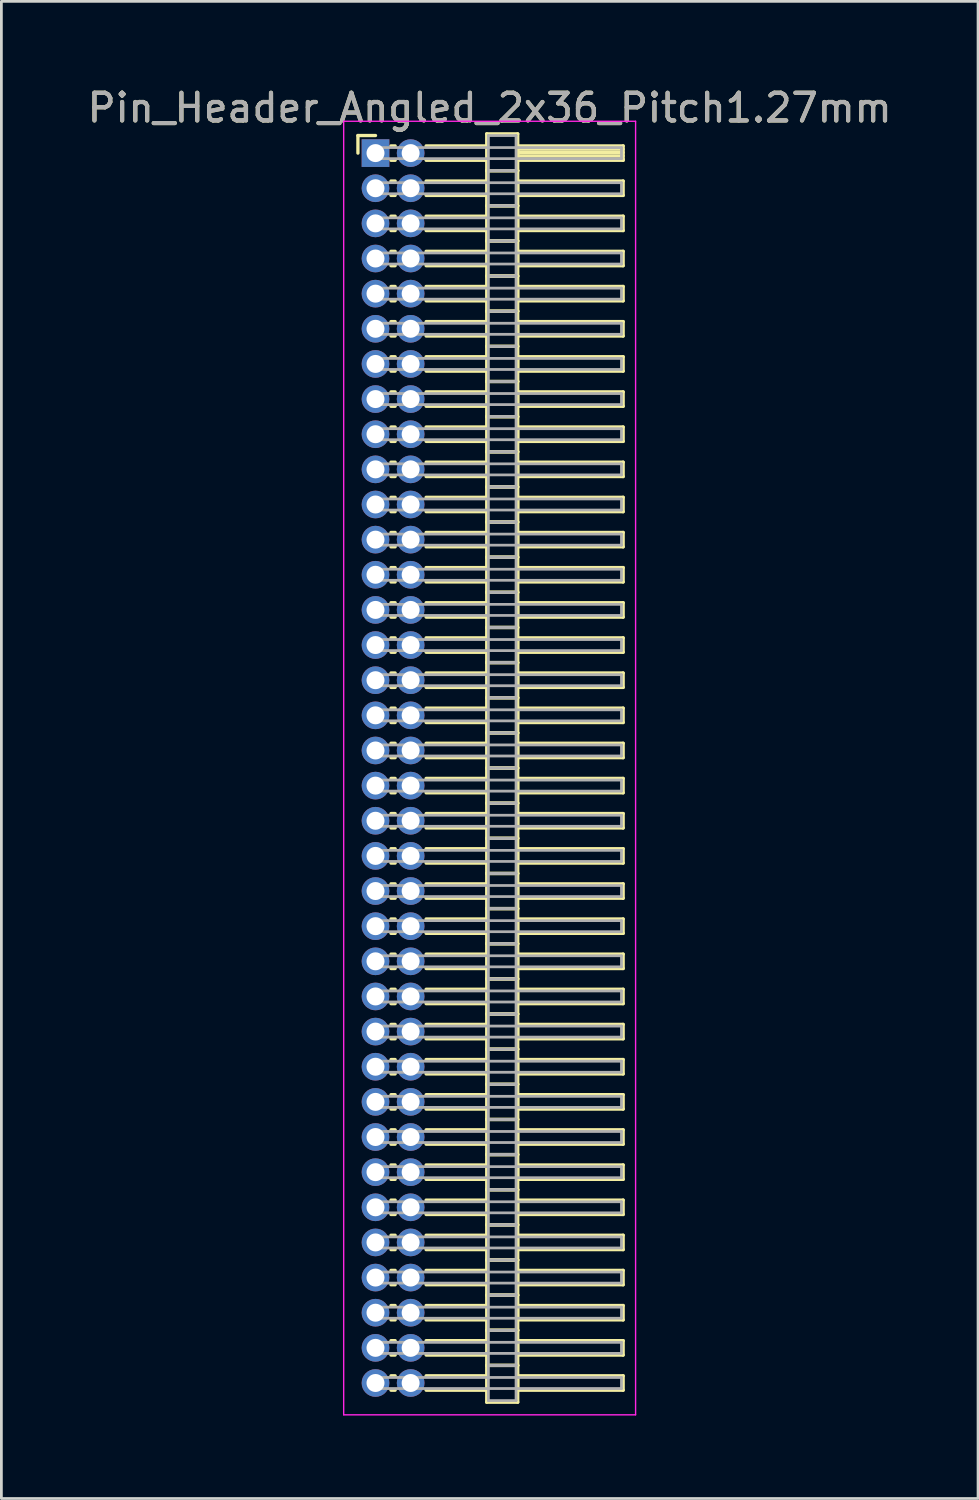
<source format=kicad_pcb>
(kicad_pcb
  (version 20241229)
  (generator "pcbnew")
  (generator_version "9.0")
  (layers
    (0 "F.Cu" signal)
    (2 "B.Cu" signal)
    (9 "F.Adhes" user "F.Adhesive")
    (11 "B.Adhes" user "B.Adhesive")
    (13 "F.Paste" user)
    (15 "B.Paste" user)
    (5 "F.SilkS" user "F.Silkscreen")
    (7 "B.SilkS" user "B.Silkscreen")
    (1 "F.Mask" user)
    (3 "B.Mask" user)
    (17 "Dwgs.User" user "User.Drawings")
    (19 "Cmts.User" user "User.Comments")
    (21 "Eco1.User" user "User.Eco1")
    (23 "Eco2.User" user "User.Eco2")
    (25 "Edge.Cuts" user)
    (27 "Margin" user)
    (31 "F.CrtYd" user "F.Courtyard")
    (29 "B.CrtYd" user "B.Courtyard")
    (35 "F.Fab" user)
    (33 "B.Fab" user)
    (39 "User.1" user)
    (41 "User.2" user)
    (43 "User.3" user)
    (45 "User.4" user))
  (footprint "Pin_Header_Angled_2x36_Pitch1.27mm"
    (layer "F.Cu")
    (at 10.521 2.483)
    (property "Reference" "Pin_Header_Angled_2x36_Pitch1.27mm" (at 4.128 -1.635 0) (layer "F.SilkS") (effects (font (size 1 1) (thickness 0.15))))
    (attr through_hole)
    (fp_line (start -0.635 -0.635) (end 0 -0.635) (stroke (width 0.12) (type solid)) (layer "F.SilkS"))
    (fp_line (start -0.635 0) (end -0.635 -0.635) (stroke (width 0.12) (type solid)) (layer "F.SilkS"))
    (fp_line (start 0.56 -0.26) (end 0.71 -0.26) (stroke (width 0.12) (type solid)) (layer "F.SilkS"))
    (fp_line (start 0.56 0.26) (end 0.71 0.26) (stroke (width 0.12) (type solid)) (layer "F.SilkS"))
    (fp_line (start 0.56 1.01) (end 0.71 1.01) (stroke (width 0.12) (type solid)) (layer "F.SilkS"))
    (fp_line (start 0.56 1.53) (end 0.71 1.53) (stroke (width 0.12) (type solid)) (layer "F.SilkS"))
    (fp_line (start 0.56 2.28) (end 0.71 2.28) (stroke (width 0.12) (type solid)) (layer "F.SilkS"))
    (fp_line (start 0.56 2.8) (end 0.71 2.8) (stroke (width 0.12) (type solid)) (layer "F.SilkS"))
    (fp_line (start 0.56 3.55) (end 0.71 3.55) (stroke (width 0.12) (type solid)) (layer "F.SilkS"))
    (fp_line (start 0.56 4.07) (end 0.71 4.07) (stroke (width 0.12) (type solid)) (layer "F.SilkS"))
    (fp_line (start 0.56 4.82) (end 0.71 4.82) (stroke (width 0.12) (type solid)) (layer "F.SilkS"))
    (fp_line (start 0.56 5.34) (end 0.71 5.34) (stroke (width 0.12) (type solid)) (layer "F.SilkS"))
    (fp_line (start 0.56 6.09) (end 0.71 6.09) (stroke (width 0.12) (type solid)) (layer "F.SilkS"))
    (fp_line (start 0.56 6.61) (end 0.71 6.61) (stroke (width 0.12) (type solid)) (layer "F.SilkS"))
    (fp_line (start 0.56 7.36) (end 0.71 7.36) (stroke (width 0.12) (type solid)) (layer "F.SilkS"))
    (fp_line (start 0.56 7.88) (end 0.71 7.88) (stroke (width 0.12) (type solid)) (layer "F.SilkS"))
    (fp_line (start 0.56 8.63) (end 0.71 8.63) (stroke (width 0.12) (type solid)) (layer "F.SilkS"))
    (fp_line (start 0.56 9.15) (end 0.71 9.15) (stroke (width 0.12) (type solid)) (layer "F.SilkS"))
    (fp_line (start 0.56 9.9) (end 0.71 9.9) (stroke (width 0.12) (type solid)) (layer "F.SilkS"))
    (fp_line (start 0.56 10.42) (end 0.71 10.42) (stroke (width 0.12) (type solid)) (layer "F.SilkS"))
    (fp_line (start 0.56 11.17) (end 0.71 11.17) (stroke (width 0.12) (type solid)) (layer "F.SilkS"))
    (fp_line (start 0.56 11.69) (end 0.71 11.69) (stroke (width 0.12) (type solid)) (layer "F.SilkS"))
    (fp_line (start 0.56 12.44) (end 0.71 12.44) (stroke (width 0.12) (type solid)) (layer "F.SilkS"))
    (fp_line (start 0.56 12.96) (end 0.71 12.96) (stroke (width 0.12) (type solid)) (layer "F.SilkS"))
    (fp_line (start 0.56 13.71) (end 0.71 13.71) (stroke (width 0.12) (type solid)) (layer "F.SilkS"))
    (fp_line (start 0.56 14.23) (end 0.71 14.23) (stroke (width 0.12) (type solid)) (layer "F.SilkS"))
    (fp_line (start 0.56 14.98) (end 0.71 14.98) (stroke (width 0.12) (type solid)) (layer "F.SilkS"))
    (fp_line (start 0.56 15.5) (end 0.71 15.5) (stroke (width 0.12) (type solid)) (layer "F.SilkS"))
    (fp_line (start 0.56 16.25) (end 0.71 16.25) (stroke (width 0.12) (type solid)) (layer "F.SilkS"))
    (fp_line (start 0.56 16.77) (end 0.71 16.77) (stroke (width 0.12) (type solid)) (layer "F.SilkS"))
    (fp_line (start 0.56 17.52) (end 0.71 17.52) (stroke (width 0.12) (type solid)) (layer "F.SilkS"))
    (fp_line (start 0.56 18.04) (end 0.71 18.04) (stroke (width 0.12) (type solid)) (layer "F.SilkS"))
    (fp_line (start 0.56 18.79) (end 0.71 18.79) (stroke (width 0.12) (type solid)) (layer "F.SilkS"))
    (fp_line (start 0.56 19.31) (end 0.71 19.31) (stroke (width 0.12) (type solid)) (layer "F.SilkS"))
    (fp_line (start 0.56 20.06) (end 0.71 20.06) (stroke (width 0.12) (type solid)) (layer "F.SilkS"))
    (fp_line (start 0.56 20.58) (end 0.71 20.58) (stroke (width 0.12) (type solid)) (layer "F.SilkS"))
    (fp_line (start 0.56 21.33) (end 0.71 21.33) (stroke (width 0.12) (type solid)) (layer "F.SilkS"))
    (fp_line (start 0.56 21.85) (end 0.71 21.85) (stroke (width 0.12) (type solid)) (layer "F.SilkS"))
    (fp_line (start 0.56 22.6) (end 0.71 22.6) (stroke (width 0.12) (type solid)) (layer "F.SilkS"))
    (fp_line (start 0.56 23.12) (end 0.71 23.12) (stroke (width 0.12) (type solid)) (layer "F.SilkS"))
    (fp_line (start 0.56 23.87) (end 0.71 23.87) (stroke (width 0.12) (type solid)) (layer "F.SilkS"))
    (fp_line (start 0.56 24.39) (end 0.71 24.39) (stroke (width 0.12) (type solid)) (layer "F.SilkS"))
    (fp_line (start 0.56 25.14) (end 0.71 25.14) (stroke (width 0.12) (type solid)) (layer "F.SilkS"))
    (fp_line (start 0.56 25.66) (end 0.71 25.66) (stroke (width 0.12) (type solid)) (layer "F.SilkS"))
    (fp_line (start 0.56 26.41) (end 0.71 26.41) (stroke (width 0.12) (type solid)) (layer "F.SilkS"))
    (fp_line (start 0.56 26.93) (end 0.71 26.93) (stroke (width 0.12) (type solid)) (layer "F.SilkS"))
    (fp_line (start 0.56 27.68) (end 0.71 27.68) (stroke (width 0.12) (type solid)) (layer "F.SilkS"))
    (fp_line (start 0.56 28.2) (end 0.71 28.2) (stroke (width 0.12) (type solid)) (layer "F.SilkS"))
    (fp_line (start 0.56 28.95) (end 0.71 28.95) (stroke (width 0.12) (type solid)) (layer "F.SilkS"))
    (fp_line (start 0.56 29.47) (end 0.71 29.47) (stroke (width 0.12) (type solid)) (layer "F.SilkS"))
    (fp_line (start 0.56 30.22) (end 0.71 30.22) (stroke (width 0.12) (type solid)) (layer "F.SilkS"))
    (fp_line (start 0.56 30.74) (end 0.71 30.74) (stroke (width 0.12) (type solid)) (layer "F.SilkS"))
    (fp_line (start 0.56 31.49) (end 0.71 31.49) (stroke (width 0.12) (type solid)) (layer "F.SilkS"))
    (fp_line (start 0.56 32.01) (end 0.71 32.01) (stroke (width 0.12) (type solid)) (layer "F.SilkS"))
    (fp_line (start 0.56 32.76) (end 0.71 32.76) (stroke (width 0.12) (type solid)) (layer "F.SilkS"))
    (fp_line (start 0.56 33.28) (end 0.71 33.28) (stroke (width 0.12) (type solid)) (layer "F.SilkS"))
    (fp_line (start 0.56 34.03) (end 0.71 34.03) (stroke (width 0.12) (type solid)) (layer "F.SilkS"))
    (fp_line (start 0.56 34.55) (end 0.71 34.55) (stroke (width 0.12) (type solid)) (layer "F.SilkS"))
    (fp_line (start 0.56 35.3) (end 0.71 35.3) (stroke (width 0.12) (type solid)) (layer "F.SilkS"))
    (fp_line (start 0.56 35.82) (end 0.71 35.82) (stroke (width 0.12) (type solid)) (layer "F.SilkS"))
    (fp_line (start 0.56 36.57) (end 0.71 36.57) (stroke (width 0.12) (type solid)) (layer "F.SilkS"))
    (fp_line (start 0.56 37.09) (end 0.71 37.09) (stroke (width 0.12) (type solid)) (layer "F.SilkS"))
    (fp_line (start 0.56 37.84) (end 0.71 37.84) (stroke (width 0.12) (type solid)) (layer "F.SilkS"))
    (fp_line (start 0.56 38.36) (end 0.71 38.36) (stroke (width 0.12) (type solid)) (layer "F.SilkS"))
    (fp_line (start 0.56 39.11) (end 0.71 39.11) (stroke (width 0.12) (type solid)) (layer "F.SilkS"))
    (fp_line (start 0.56 39.63) (end 0.71 39.63) (stroke (width 0.12) (type solid)) (layer "F.SilkS"))
    (fp_line (start 0.56 40.38) (end 0.71 40.38) (stroke (width 0.12) (type solid)) (layer "F.SilkS"))
    (fp_line (start 0.56 40.9) (end 0.71 40.9) (stroke (width 0.12) (type solid)) (layer "F.SilkS"))
    (fp_line (start 0.56 41.65) (end 0.71 41.65) (stroke (width 0.12) (type solid)) (layer "F.SilkS"))
    (fp_line (start 0.56 42.17) (end 0.71 42.17) (stroke (width 0.12) (type solid)) (layer "F.SilkS"))
    (fp_line (start 0.56 42.92) (end 0.71 42.92) (stroke (width 0.12) (type solid)) (layer "F.SilkS"))
    (fp_line (start 0.56 43.44) (end 0.71 43.44) (stroke (width 0.12) (type solid)) (layer "F.SilkS"))
    (fp_line (start 0.56 44.19) (end 0.71 44.19) (stroke (width 0.12) (type solid)) (layer "F.SilkS"))
    (fp_line (start 0.56 44.71) (end 0.71 44.71) (stroke (width 0.12) (type solid)) (layer "F.SilkS"))
    (fp_line (start 1.83 -0.26) (end 4.02 -0.26) (stroke (width 0.12) (type solid)) (layer "F.SilkS"))
    (fp_line (start 1.83 0.26) (end 4.02 0.26) (stroke (width 0.12) (type solid)) (layer "F.SilkS"))
    (fp_line (start 1.83 1.01) (end 4.02 1.01) (stroke (width 0.12) (type solid)) (layer "F.SilkS"))
    (fp_line (start 1.83 1.53) (end 4.02 1.53) (stroke (width 0.12) (type solid)) (layer "F.SilkS"))
    (fp_line (start 1.83 2.28) (end 4.02 2.28) (stroke (width 0.12) (type solid)) (layer "F.SilkS"))
    (fp_line (start 1.83 2.8) (end 4.02 2.8) (stroke (width 0.12) (type solid)) (layer "F.SilkS"))
    (fp_line (start 1.83 3.55) (end 4.02 3.55) (stroke (width 0.12) (type solid)) (layer "F.SilkS"))
    (fp_line (start 1.83 4.07) (end 4.02 4.07) (stroke (width 0.12) (type solid)) (layer "F.SilkS"))
    (fp_line (start 1.83 4.82) (end 4.02 4.82) (stroke (width 0.12) (type solid)) (layer "F.SilkS"))
    (fp_line (start 1.83 5.34) (end 4.02 5.34) (stroke (width 0.12) (type solid)) (layer "F.SilkS"))
    (fp_line (start 1.83 6.09) (end 4.02 6.09) (stroke (width 0.12) (type solid)) (layer "F.SilkS"))
    (fp_line (start 1.83 6.61) (end 4.02 6.61) (stroke (width 0.12) (type solid)) (layer "F.SilkS"))
    (fp_line (start 1.83 7.36) (end 4.02 7.36) (stroke (width 0.12) (type solid)) (layer "F.SilkS"))
    (fp_line (start 1.83 7.88) (end 4.02 7.88) (stroke (width 0.12) (type solid)) (layer "F.SilkS"))
    (fp_line (start 1.83 8.63) (end 4.02 8.63) (stroke (width 0.12) (type solid)) (layer "F.SilkS"))
    (fp_line (start 1.83 9.15) (end 4.02 9.15) (stroke (width 0.12) (type solid)) (layer "F.SilkS"))
    (fp_line (start 1.83 9.9) (end 4.02 9.9) (stroke (width 0.12) (type solid)) (layer "F.SilkS"))
    (fp_line (start 1.83 10.42) (end 4.02 10.42) (stroke (width 0.12) (type solid)) (layer "F.SilkS"))
    (fp_line (start 1.83 11.17) (end 4.02 11.17) (stroke (width 0.12) (type solid)) (layer "F.SilkS"))
    (fp_line (start 1.83 11.69) (end 4.02 11.69) (stroke (width 0.12) (type solid)) (layer "F.SilkS"))
    (fp_line (start 1.83 12.44) (end 4.02 12.44) (stroke (width 0.12) (type solid)) (layer "F.SilkS"))
    (fp_line (start 1.83 12.96) (end 4.02 12.96) (stroke (width 0.12) (type solid)) (layer "F.SilkS"))
    (fp_line (start 1.83 13.71) (end 4.02 13.71) (stroke (width 0.12) (type solid)) (layer "F.SilkS"))
    (fp_line (start 1.83 14.23) (end 4.02 14.23) (stroke (width 0.12) (type solid)) (layer "F.SilkS"))
    (fp_line (start 1.83 14.98) (end 4.02 14.98) (stroke (width 0.12) (type solid)) (layer "F.SilkS"))
    (fp_line (start 1.83 15.5) (end 4.02 15.5) (stroke (width 0.12) (type solid)) (layer "F.SilkS"))
    (fp_line (start 1.83 16.25) (end 4.02 16.25) (stroke (width 0.12) (type solid)) (layer "F.SilkS"))
    (fp_line (start 1.83 16.77) (end 4.02 16.77) (stroke (width 0.12) (type solid)) (layer "F.SilkS"))
    (fp_line (start 1.83 17.52) (end 4.02 17.52) (stroke (width 0.12) (type solid)) (layer "F.SilkS"))
    (fp_line (start 1.83 18.04) (end 4.02 18.04) (stroke (width 0.12) (type solid)) (layer "F.SilkS"))
    (fp_line (start 1.83 18.79) (end 4.02 18.79) (stroke (width 0.12) (type solid)) (layer "F.SilkS"))
    (fp_line (start 1.83 19.31) (end 4.02 19.31) (stroke (width 0.12) (type solid)) (layer "F.SilkS"))
    (fp_line (start 1.83 20.06) (end 4.02 20.06) (stroke (width 0.12) (type solid)) (layer "F.SilkS"))
    (fp_line (start 1.83 20.58) (end 4.02 20.58) (stroke (width 0.12) (type solid)) (layer "F.SilkS"))
    (fp_line (start 1.83 21.33) (end 4.02 21.33) (stroke (width 0.12) (type solid)) (layer "F.SilkS"))
    (fp_line (start 1.83 21.85) (end 4.02 21.85) (stroke (width 0.12) (type solid)) (layer "F.SilkS"))
    (fp_line (start 1.83 22.6) (end 4.02 22.6) (stroke (width 0.12) (type solid)) (layer "F.SilkS"))
    (fp_line (start 1.83 23.12) (end 4.02 23.12) (stroke (width 0.12) (type solid)) (layer "F.SilkS"))
    (fp_line (start 1.83 23.87) (end 4.02 23.87) (stroke (width 0.12) (type solid)) (layer "F.SilkS"))
    (fp_line (start 1.83 24.39) (end 4.02 24.39) (stroke (width 0.12) (type solid)) (layer "F.SilkS"))
    (fp_line (start 1.83 25.14) (end 4.02 25.14) (stroke (width 0.12) (type solid)) (layer "F.SilkS"))
    (fp_line (start 1.83 25.66) (end 4.02 25.66) (stroke (width 0.12) (type solid)) (layer "F.SilkS"))
    (fp_line (start 1.83 26.41) (end 4.02 26.41) (stroke (width 0.12) (type solid)) (layer "F.SilkS"))
    (fp_line (start 1.83 26.93) (end 4.02 26.93) (stroke (width 0.12) (type solid)) (layer "F.SilkS"))
    (fp_line (start 1.83 27.68) (end 4.02 27.68) (stroke (width 0.12) (type solid)) (layer "F.SilkS"))
    (fp_line (start 1.83 28.2) (end 4.02 28.2) (stroke (width 0.12) (type solid)) (layer "F.SilkS"))
    (fp_line (start 1.83 28.95) (end 4.02 28.95) (stroke (width 0.12) (type solid)) (layer "F.SilkS"))
    (fp_line (start 1.83 29.47) (end 4.02 29.47) (stroke (width 0.12) (type solid)) (layer "F.SilkS"))
    (fp_line (start 1.83 30.22) (end 4.02 30.22) (stroke (width 0.12) (type solid)) (layer "F.SilkS"))
    (fp_line (start 1.83 30.74) (end 4.02 30.74) (stroke (width 0.12) (type solid)) (layer "F.SilkS"))
    (fp_line (start 1.83 31.49) (end 4.02 31.49) (stroke (width 0.12) (type solid)) (layer "F.SilkS"))
    (fp_line (start 1.83 32.01) (end 4.02 32.01) (stroke (width 0.12) (type solid)) (layer "F.SilkS"))
    (fp_line (start 1.83 32.76) (end 4.02 32.76) (stroke (width 0.12) (type solid)) (layer "F.SilkS"))
    (fp_line (start 1.83 33.28) (end 4.02 33.28) (stroke (width 0.12) (type solid)) (layer "F.SilkS"))
    (fp_line (start 1.83 34.03) (end 4.02 34.03) (stroke (width 0.12) (type solid)) (layer "F.SilkS"))
    (fp_line (start 1.83 34.55) (end 4.02 34.55) (stroke (width 0.12) (type solid)) (layer "F.SilkS"))
    (fp_line (start 1.83 35.3) (end 4.02 35.3) (stroke (width 0.12) (type solid)) (layer "F.SilkS"))
    (fp_line (start 1.83 35.82) (end 4.02 35.82) (stroke (width 0.12) (type solid)) (layer "F.SilkS"))
    (fp_line (start 1.83 36.57) (end 4.02 36.57) (stroke (width 0.12) (type solid)) (layer "F.SilkS"))
    (fp_line (start 1.83 37.09) (end 4.02 37.09) (stroke (width 0.12) (type solid)) (layer "F.SilkS"))
    (fp_line (start 1.83 37.84) (end 4.02 37.84) (stroke (width 0.12) (type solid)) (layer "F.SilkS"))
    (fp_line (start 1.83 38.36) (end 4.02 38.36) (stroke (width 0.12) (type solid)) (layer "F.SilkS"))
    (fp_line (start 1.83 39.11) (end 4.02 39.11) (stroke (width 0.12) (type solid)) (layer "F.SilkS"))
    (fp_line (start 1.83 39.63) (end 4.02 39.63) (stroke (width 0.12) (type solid)) (layer "F.SilkS"))
    (fp_line (start 1.83 40.38) (end 4.02 40.38) (stroke (width 0.12) (type solid)) (layer "F.SilkS"))
    (fp_line (start 1.83 40.9) (end 4.02 40.9) (stroke (width 0.12) (type solid)) (layer "F.SilkS"))
    (fp_line (start 1.83 41.65) (end 4.02 41.65) (stroke (width 0.12) (type solid)) (layer "F.SilkS"))
    (fp_line (start 1.83 42.17) (end 4.02 42.17) (stroke (width 0.12) (type solid)) (layer "F.SilkS"))
    (fp_line (start 1.83 42.92) (end 4.02 42.92) (stroke (width 0.12) (type solid)) (layer "F.SilkS"))
    (fp_line (start 1.83 43.44) (end 4.02 43.44) (stroke (width 0.12) (type solid)) (layer "F.SilkS"))
    (fp_line (start 1.83 44.19) (end 4.02 44.19) (stroke (width 0.12) (type solid)) (layer "F.SilkS"))
    (fp_line (start 1.83 44.71) (end 4.02 44.71) (stroke (width 0.12) (type solid)) (layer "F.SilkS"))
    (fp_line (start 4.02 -0.695) (end 4.02 0.635) (stroke (width 0.12) (type solid)) (layer "F.SilkS"))
    (fp_line (start 4.02 0.635) (end 4.02 1.905) (stroke (width 0.12) (type solid)) (layer "F.SilkS"))
    (fp_line (start 4.02 0.635) (end 5.14 0.635) (stroke (width 0.12) (type solid)) (layer "F.SilkS"))
    (fp_line (start 4.02 1.905) (end 4.02 3.175) (stroke (width 0.12) (type solid)) (layer "F.SilkS"))
    (fp_line (start 4.02 1.905) (end 5.14 1.905) (stroke (width 0.12) (type solid)) (layer "F.SilkS"))
    (fp_line (start 4.02 3.175) (end 4.02 4.445) (stroke (width 0.12) (type solid)) (layer "F.SilkS"))
    (fp_line (start 4.02 3.175) (end 5.14 3.175) (stroke (width 0.12) (type solid)) (layer "F.SilkS"))
    (fp_line (start 4.02 4.445) (end 4.02 5.715) (stroke (width 0.12) (type solid)) (layer "F.SilkS"))
    (fp_line (start 4.02 4.445) (end 5.14 4.445) (stroke (width 0.12) (type solid)) (layer "F.SilkS"))
    (fp_line (start 4.02 5.715) (end 4.02 6.985) (stroke (width 0.12) (type solid)) (layer "F.SilkS"))
    (fp_line (start 4.02 5.715) (end 5.14 5.715) (stroke (width 0.12) (type solid)) (layer "F.SilkS"))
    (fp_line (start 4.02 6.985) (end 4.02 8.255) (stroke (width 0.12) (type solid)) (layer "F.SilkS"))
    (fp_line (start 4.02 6.985) (end 5.14 6.985) (stroke (width 0.12) (type solid)) (layer "F.SilkS"))
    (fp_line (start 4.02 8.255) (end 4.02 9.525) (stroke (width 0.12) (type solid)) (layer "F.SilkS"))
    (fp_line (start 4.02 8.255) (end 5.14 8.255) (stroke (width 0.12) (type solid)) (layer "F.SilkS"))
    (fp_line (start 4.02 9.525) (end 4.02 10.795) (stroke (width 0.12) (type solid)) (layer "F.SilkS"))
    (fp_line (start 4.02 9.525) (end 5.14 9.525) (stroke (width 0.12) (type solid)) (layer "F.SilkS"))
    (fp_line (start 4.02 10.795) (end 4.02 12.065) (stroke (width 0.12) (type solid)) (layer "F.SilkS"))
    (fp_line (start 4.02 10.795) (end 5.14 10.795) (stroke (width 0.12) (type solid)) (layer "F.SilkS"))
    (fp_line (start 4.02 12.065) (end 4.02 13.335) (stroke (width 0.12) (type solid)) (layer "F.SilkS"))
    (fp_line (start 4.02 12.065) (end 5.14 12.065) (stroke (width 0.12) (type solid)) (layer "F.SilkS"))
    (fp_line (start 4.02 13.335) (end 4.02 14.605) (stroke (width 0.12) (type solid)) (layer "F.SilkS"))
    (fp_line (start 4.02 13.335) (end 5.14 13.335) (stroke (width 0.12) (type solid)) (layer "F.SilkS"))
    (fp_line (start 4.02 14.605) (end 4.02 15.875) (stroke (width 0.12) (type solid)) (layer "F.SilkS"))
    (fp_line (start 4.02 14.605) (end 5.14 14.605) (stroke (width 0.12) (type solid)) (layer "F.SilkS"))
    (fp_line (start 4.02 15.875) (end 4.02 17.145) (stroke (width 0.12) (type solid)) (layer "F.SilkS"))
    (fp_line (start 4.02 15.875) (end 5.14 15.875) (stroke (width 0.12) (type solid)) (layer "F.SilkS"))
    (fp_line (start 4.02 17.145) (end 4.02 18.415) (stroke (width 0.12) (type solid)) (layer "F.SilkS"))
    (fp_line (start 4.02 17.145) (end 5.14 17.145) (stroke (width 0.12) (type solid)) (layer "F.SilkS"))
    (fp_line (start 4.02 18.415) (end 4.02 19.685) (stroke (width 0.12) (type solid)) (layer "F.SilkS"))
    (fp_line (start 4.02 18.415) (end 5.14 18.415) (stroke (width 0.12) (type solid)) (layer "F.SilkS"))
    (fp_line (start 4.02 19.685) (end 4.02 20.955) (stroke (width 0.12) (type solid)) (layer "F.SilkS"))
    (fp_line (start 4.02 19.685) (end 5.14 19.685) (stroke (width 0.12) (type solid)) (layer "F.SilkS"))
    (fp_line (start 4.02 20.955) (end 4.02 22.225) (stroke (width 0.12) (type solid)) (layer "F.SilkS"))
    (fp_line (start 4.02 20.955) (end 5.14 20.955) (stroke (width 0.12) (type solid)) (layer "F.SilkS"))
    (fp_line (start 4.02 22.225) (end 4.02 23.495) (stroke (width 0.12) (type solid)) (layer "F.SilkS"))
    (fp_line (start 4.02 22.225) (end 5.14 22.225) (stroke (width 0.12) (type solid)) (layer "F.SilkS"))
    (fp_line (start 4.02 23.495) (end 4.02 24.765) (stroke (width 0.12) (type solid)) (layer "F.SilkS"))
    (fp_line (start 4.02 23.495) (end 5.14 23.495) (stroke (width 0.12) (type solid)) (layer "F.SilkS"))
    (fp_line (start 4.02 24.765) (end 4.02 26.035) (stroke (width 0.12) (type solid)) (layer "F.SilkS"))
    (fp_line (start 4.02 24.765) (end 5.14 24.765) (stroke (width 0.12) (type solid)) (layer "F.SilkS"))
    (fp_line (start 4.02 26.035) (end 4.02 27.305) (stroke (width 0.12) (type solid)) (layer "F.SilkS"))
    (fp_line (start 4.02 26.035) (end 5.14 26.035) (stroke (width 0.12) (type solid)) (layer "F.SilkS"))
    (fp_line (start 4.02 27.305) (end 4.02 28.575) (stroke (width 0.12) (type solid)) (layer "F.SilkS"))
    (fp_line (start 4.02 27.305) (end 5.14 27.305) (stroke (width 0.12) (type solid)) (layer "F.SilkS"))
    (fp_line (start 4.02 28.575) (end 4.02 29.845) (stroke (width 0.12) (type solid)) (layer "F.SilkS"))
    (fp_line (start 4.02 28.575) (end 5.14 28.575) (stroke (width 0.12) (type solid)) (layer "F.SilkS"))
    (fp_line (start 4.02 29.845) (end 4.02 31.115) (stroke (width 0.12) (type solid)) (layer "F.SilkS"))
    (fp_line (start 4.02 29.845) (end 5.14 29.845) (stroke (width 0.12) (type solid)) (layer "F.SilkS"))
    (fp_line (start 4.02 31.115) (end 4.02 32.385) (stroke (width 0.12) (type solid)) (layer "F.SilkS"))
    (fp_line (start 4.02 31.115) (end 5.14 31.115) (stroke (width 0.12) (type solid)) (layer "F.SilkS"))
    (fp_line (start 4.02 32.385) (end 4.02 33.655) (stroke (width 0.12) (type solid)) (layer "F.SilkS"))
    (fp_line (start 4.02 32.385) (end 5.14 32.385) (stroke (width 0.12) (type solid)) (layer "F.SilkS"))
    (fp_line (start 4.02 33.655) (end 4.02 34.925) (stroke (width 0.12) (type solid)) (layer "F.SilkS"))
    (fp_line (start 4.02 33.655) (end 5.14 33.655) (stroke (width 0.12) (type solid)) (layer "F.SilkS"))
    (fp_line (start 4.02 34.925) (end 4.02 36.195) (stroke (width 0.12) (type solid)) (layer "F.SilkS"))
    (fp_line (start 4.02 34.925) (end 5.14 34.925) (stroke (width 0.12) (type solid)) (layer "F.SilkS"))
    (fp_line (start 4.02 36.195) (end 4.02 37.465) (stroke (width 0.12) (type solid)) (layer "F.SilkS"))
    (fp_line (start 4.02 36.195) (end 5.14 36.195) (stroke (width 0.12) (type solid)) (layer "F.SilkS"))
    (fp_line (start 4.02 37.465) (end 4.02 38.735) (stroke (width 0.12) (type solid)) (layer "F.SilkS"))
    (fp_line (start 4.02 37.465) (end 5.14 37.465) (stroke (width 0.12) (type solid)) (layer "F.SilkS"))
    (fp_line (start 4.02 38.735) (end 4.02 40.005) (stroke (width 0.12) (type solid)) (layer "F.SilkS"))
    (fp_line (start 4.02 38.735) (end 5.14 38.735) (stroke (width 0.12) (type solid)) (layer "F.SilkS"))
    (fp_line (start 4.02 40.005) (end 4.02 41.275) (stroke (width 0.12) (type solid)) (layer "F.SilkS"))
    (fp_line (start 4.02 40.005) (end 5.14 40.005) (stroke (width 0.12) (type solid)) (layer "F.SilkS"))
    (fp_line (start 4.02 41.275) (end 4.02 42.545) (stroke (width 0.12) (type solid)) (layer "F.SilkS"))
    (fp_line (start 4.02 41.275) (end 5.14 41.275) (stroke (width 0.12) (type solid)) (layer "F.SilkS"))
    (fp_line (start 4.02 42.545) (end 4.02 43.815) (stroke (width 0.12) (type solid)) (layer "F.SilkS"))
    (fp_line (start 4.02 42.545) (end 5.14 42.545) (stroke (width 0.12) (type solid)) (layer "F.SilkS"))
    (fp_line (start 4.02 43.815) (end 4.02 45.145) (stroke (width 0.12) (type solid)) (layer "F.SilkS"))
    (fp_line (start 4.02 43.815) (end 5.14 43.815) (stroke (width 0.12) (type solid)) (layer "F.SilkS"))
    (fp_line (start 4.02 45.145) (end 5.14 45.145) (stroke (width 0.12) (type solid)) (layer "F.SilkS"))
    (fp_line (start 5.14 -0.695) (end 4.02 -0.695) (stroke (width 0.12) (type solid)) (layer "F.SilkS"))
    (fp_line (start 5.14 -0.26) (end 5.14 0.26) (stroke (width 0.12) (type solid)) (layer "F.SilkS"))
    (fp_line (start 5.14 -0.14) (end 8.95 -0.14) (stroke (width 0.12) (type solid)) (layer "F.SilkS"))
    (fp_line (start 5.14 -0.02) (end 8.95 -0.02) (stroke (width 0.12) (type solid)) (layer "F.SilkS"))
    (fp_line (start 5.14 0.1) (end 8.95 0.1) (stroke (width 0.12) (type solid)) (layer "F.SilkS"))
    (fp_line (start 5.14 0.22) (end 8.95 0.22) (stroke (width 0.12) (type solid)) (layer "F.SilkS"))
    (fp_line (start 5.14 0.26) (end 8.95 0.26) (stroke (width 0.12) (type solid)) (layer "F.SilkS"))
    (fp_line (start 5.14 0.635) (end 4.02 0.635) (stroke (width 0.12) (type solid)) (layer "F.SilkS"))
    (fp_line (start 5.14 0.635) (end 5.14 -0.695) (stroke (width 0.12) (type solid)) (layer "F.SilkS"))
    (fp_line (start 5.14 1.01) (end 5.14 1.53) (stroke (width 0.12) (type solid)) (layer "F.SilkS"))
    (fp_line (start 5.14 1.53) (end 8.95 1.53) (stroke (width 0.12) (type solid)) (layer "F.SilkS"))
    (fp_line (start 5.14 1.905) (end 4.02 1.905) (stroke (width 0.12) (type solid)) (layer "F.SilkS"))
    (fp_line (start 5.14 1.905) (end 5.14 0.635) (stroke (width 0.12) (type solid)) (layer "F.SilkS"))
    (fp_line (start 5.14 2.28) (end 5.14 2.8) (stroke (width 0.12) (type solid)) (layer "F.SilkS"))
    (fp_line (start 5.14 2.8) (end 8.95 2.8) (stroke (width 0.12) (type solid)) (layer "F.SilkS"))
    (fp_line (start 5.14 3.175) (end 4.02 3.175) (stroke (width 0.12) (type solid)) (layer "F.SilkS"))
    (fp_line (start 5.14 3.175) (end 5.14 1.905) (stroke (width 0.12) (type solid)) (layer "F.SilkS"))
    (fp_line (start 5.14 3.55) (end 5.14 4.07) (stroke (width 0.12) (type solid)) (layer "F.SilkS"))
    (fp_line (start 5.14 4.07) (end 8.95 4.07) (stroke (width 0.12) (type solid)) (layer "F.SilkS"))
    (fp_line (start 5.14 4.445) (end 4.02 4.445) (stroke (width 0.12) (type solid)) (layer "F.SilkS"))
    (fp_line (start 5.14 4.445) (end 5.14 3.175) (stroke (width 0.12) (type solid)) (layer "F.SilkS"))
    (fp_line (start 5.14 4.82) (end 5.14 5.34) (stroke (width 0.12) (type solid)) (layer "F.SilkS"))
    (fp_line (start 5.14 5.34) (end 8.95 5.34) (stroke (width 0.12) (type solid)) (layer "F.SilkS"))
    (fp_line (start 5.14 5.715) (end 4.02 5.715) (stroke (width 0.12) (type solid)) (layer "F.SilkS"))
    (fp_line (start 5.14 5.715) (end 5.14 4.445) (stroke (width 0.12) (type solid)) (layer "F.SilkS"))
    (fp_line (start 5.14 6.09) (end 5.14 6.61) (stroke (width 0.12) (type solid)) (layer "F.SilkS"))
    (fp_line (start 5.14 6.61) (end 8.95 6.61) (stroke (width 0.12) (type solid)) (layer "F.SilkS"))
    (fp_line (start 5.14 6.985) (end 4.02 6.985) (stroke (width 0.12) (type solid)) (layer "F.SilkS"))
    (fp_line (start 5.14 6.985) (end 5.14 5.715) (stroke (width 0.12) (type solid)) (layer "F.SilkS"))
    (fp_line (start 5.14 7.36) (end 5.14 7.88) (stroke (width 0.12) (type solid)) (layer "F.SilkS"))
    (fp_line (start 5.14 7.88) (end 8.95 7.88) (stroke (width 0.12) (type solid)) (layer "F.SilkS"))
    (fp_line (start 5.14 8.255) (end 4.02 8.255) (stroke (width 0.12) (type solid)) (layer "F.SilkS"))
    (fp_line (start 5.14 8.255) (end 5.14 6.985) (stroke (width 0.12) (type solid)) (layer "F.SilkS"))
    (fp_line (start 5.14 8.63) (end 5.14 9.15) (stroke (width 0.12) (type solid)) (layer "F.SilkS"))
    (fp_line (start 5.14 9.15) (end 8.95 9.15) (stroke (width 0.12) (type solid)) (layer "F.SilkS"))
    (fp_line (start 5.14 9.525) (end 4.02 9.525) (stroke (width 0.12) (type solid)) (layer "F.SilkS"))
    (fp_line (start 5.14 9.525) (end 5.14 8.255) (stroke (width 0.12) (type solid)) (layer "F.SilkS"))
    (fp_line (start 5.14 9.9) (end 5.14 10.42) (stroke (width 0.12) (type solid)) (layer "F.SilkS"))
    (fp_line (start 5.14 10.42) (end 8.95 10.42) (stroke (width 0.12) (type solid)) (layer "F.SilkS"))
    (fp_line (start 5.14 10.795) (end 4.02 10.795) (stroke (width 0.12) (type solid)) (layer "F.SilkS"))
    (fp_line (start 5.14 10.795) (end 5.14 9.525) (stroke (width 0.12) (type solid)) (layer "F.SilkS"))
    (fp_line (start 5.14 11.17) (end 5.14 11.69) (stroke (width 0.12) (type solid)) (layer "F.SilkS"))
    (fp_line (start 5.14 11.69) (end 8.95 11.69) (stroke (width 0.12) (type solid)) (layer "F.SilkS"))
    (fp_line (start 5.14 12.065) (end 4.02 12.065) (stroke (width 0.12) (type solid)) (layer "F.SilkS"))
    (fp_line (start 5.14 12.065) (end 5.14 10.795) (stroke (width 0.12) (type solid)) (layer "F.SilkS"))
    (fp_line (start 5.14 12.44) (end 5.14 12.96) (stroke (width 0.12) (type solid)) (layer "F.SilkS"))
    (fp_line (start 5.14 12.96) (end 8.95 12.96) (stroke (width 0.12) (type solid)) (layer "F.SilkS"))
    (fp_line (start 5.14 13.335) (end 4.02 13.335) (stroke (width 0.12) (type solid)) (layer "F.SilkS"))
    (fp_line (start 5.14 13.335) (end 5.14 12.065) (stroke (width 0.12) (type solid)) (layer "F.SilkS"))
    (fp_line (start 5.14 13.71) (end 5.14 14.23) (stroke (width 0.12) (type solid)) (layer "F.SilkS"))
    (fp_line (start 5.14 14.23) (end 8.95 14.23) (stroke (width 0.12) (type solid)) (layer "F.SilkS"))
    (fp_line (start 5.14 14.605) (end 4.02 14.605) (stroke (width 0.12) (type solid)) (layer "F.SilkS"))
    (fp_line (start 5.14 14.605) (end 5.14 13.335) (stroke (width 0.12) (type solid)) (layer "F.SilkS"))
    (fp_line (start 5.14 14.98) (end 5.14 15.5) (stroke (width 0.12) (type solid)) (layer "F.SilkS"))
    (fp_line (start 5.14 15.5) (end 8.95 15.5) (stroke (width 0.12) (type solid)) (layer "F.SilkS"))
    (fp_line (start 5.14 15.875) (end 4.02 15.875) (stroke (width 0.12) (type solid)) (layer "F.SilkS"))
    (fp_line (start 5.14 15.875) (end 5.14 14.605) (stroke (width 0.12) (type solid)) (layer "F.SilkS"))
    (fp_line (start 5.14 16.25) (end 5.14 16.77) (stroke (width 0.12) (type solid)) (layer "F.SilkS"))
    (fp_line (start 5.14 16.77) (end 8.95 16.77) (stroke (width 0.12) (type solid)) (layer "F.SilkS"))
    (fp_line (start 5.14 17.145) (end 4.02 17.145) (stroke (width 0.12) (type solid)) (layer "F.SilkS"))
    (fp_line (start 5.14 17.145) (end 5.14 15.875) (stroke (width 0.12) (type solid)) (layer "F.SilkS"))
    (fp_line (start 5.14 17.52) (end 5.14 18.04) (stroke (width 0.12) (type solid)) (layer "F.SilkS"))
    (fp_line (start 5.14 18.04) (end 8.95 18.04) (stroke (width 0.12) (type solid)) (layer "F.SilkS"))
    (fp_line (start 5.14 18.415) (end 4.02 18.415) (stroke (width 0.12) (type solid)) (layer "F.SilkS"))
    (fp_line (start 5.14 18.415) (end 5.14 17.145) (stroke (width 0.12) (type solid)) (layer "F.SilkS"))
    (fp_line (start 5.14 18.79) (end 5.14 19.31) (stroke (width 0.12) (type solid)) (layer "F.SilkS"))
    (fp_line (start 5.14 19.31) (end 8.95 19.31) (stroke (width 0.12) (type solid)) (layer "F.SilkS"))
    (fp_line (start 5.14 19.685) (end 4.02 19.685) (stroke (width 0.12) (type solid)) (layer "F.SilkS"))
    (fp_line (start 5.14 19.685) (end 5.14 18.415) (stroke (width 0.12) (type solid)) (layer "F.SilkS"))
    (fp_line (start 5.14 20.06) (end 5.14 20.58) (stroke (width 0.12) (type solid)) (layer "F.SilkS"))
    (fp_line (start 5.14 20.58) (end 8.95 20.58) (stroke (width 0.12) (type solid)) (layer "F.SilkS"))
    (fp_line (start 5.14 20.955) (end 4.02 20.955) (stroke (width 0.12) (type solid)) (layer "F.SilkS"))
    (fp_line (start 5.14 20.955) (end 5.14 19.685) (stroke (width 0.12) (type solid)) (layer "F.SilkS"))
    (fp_line (start 5.14 21.33) (end 5.14 21.85) (stroke (width 0.12) (type solid)) (layer "F.SilkS"))
    (fp_line (start 5.14 21.85) (end 8.95 21.85) (stroke (width 0.12) (type solid)) (layer "F.SilkS"))
    (fp_line (start 5.14 22.225) (end 4.02 22.225) (stroke (width 0.12) (type solid)) (layer "F.SilkS"))
    (fp_line (start 5.14 22.225) (end 5.14 20.955) (stroke (width 0.12) (type solid)) (layer "F.SilkS"))
    (fp_line (start 5.14 22.6) (end 5.14 23.12) (stroke (width 0.12) (type solid)) (layer "F.SilkS"))
    (fp_line (start 5.14 23.12) (end 8.95 23.12) (stroke (width 0.12) (type solid)) (layer "F.SilkS"))
    (fp_line (start 5.14 23.495) (end 4.02 23.495) (stroke (width 0.12) (type solid)) (layer "F.SilkS"))
    (fp_line (start 5.14 23.495) (end 5.14 22.225) (stroke (width 0.12) (type solid)) (layer "F.SilkS"))
    (fp_line (start 5.14 23.87) (end 5.14 24.39) (stroke (width 0.12) (type solid)) (layer "F.SilkS"))
    (fp_line (start 5.14 24.39) (end 8.95 24.39) (stroke (width 0.12) (type solid)) (layer "F.SilkS"))
    (fp_line (start 5.14 24.765) (end 4.02 24.765) (stroke (width 0.12) (type solid)) (layer "F.SilkS"))
    (fp_line (start 5.14 24.765) (end 5.14 23.495) (stroke (width 0.12) (type solid)) (layer "F.SilkS"))
    (fp_line (start 5.14 25.14) (end 5.14 25.66) (stroke (width 0.12) (type solid)) (layer "F.SilkS"))
    (fp_line (start 5.14 25.66) (end 8.95 25.66) (stroke (width 0.12) (type solid)) (layer "F.SilkS"))
    (fp_line (start 5.14 26.035) (end 4.02 26.035) (stroke (width 0.12) (type solid)) (layer "F.SilkS"))
    (fp_line (start 5.14 26.035) (end 5.14 24.765) (stroke (width 0.12) (type solid)) (layer "F.SilkS"))
    (fp_line (start 5.14 26.41) (end 5.14 26.93) (stroke (width 0.12) (type solid)) (layer "F.SilkS"))
    (fp_line (start 5.14 26.93) (end 8.95 26.93) (stroke (width 0.12) (type solid)) (layer "F.SilkS"))
    (fp_line (start 5.14 27.305) (end 4.02 27.305) (stroke (width 0.12) (type solid)) (layer "F.SilkS"))
    (fp_line (start 5.14 27.305) (end 5.14 26.035) (stroke (width 0.12) (type solid)) (layer "F.SilkS"))
    (fp_line (start 5.14 27.68) (end 5.14 28.2) (stroke (width 0.12) (type solid)) (layer "F.SilkS"))
    (fp_line (start 5.14 28.2) (end 8.95 28.2) (stroke (width 0.12) (type solid)) (layer "F.SilkS"))
    (fp_line (start 5.14 28.575) (end 4.02 28.575) (stroke (width 0.12) (type solid)) (layer "F.SilkS"))
    (fp_line (start 5.14 28.575) (end 5.14 27.305) (stroke (width 0.12) (type solid)) (layer "F.SilkS"))
    (fp_line (start 5.14 28.95) (end 5.14 29.47) (stroke (width 0.12) (type solid)) (layer "F.SilkS"))
    (fp_line (start 5.14 29.47) (end 8.95 29.47) (stroke (width 0.12) (type solid)) (layer "F.SilkS"))
    (fp_line (start 5.14 29.845) (end 4.02 29.845) (stroke (width 0.12) (type solid)) (layer "F.SilkS"))
    (fp_line (start 5.14 29.845) (end 5.14 28.575) (stroke (width 0.12) (type solid)) (layer "F.SilkS"))
    (fp_line (start 5.14 30.22) (end 5.14 30.74) (stroke (width 0.12) (type solid)) (layer "F.SilkS"))
    (fp_line (start 5.14 30.74) (end 8.95 30.74) (stroke (width 0.12) (type solid)) (layer "F.SilkS"))
    (fp_line (start 5.14 31.115) (end 4.02 31.115) (stroke (width 0.12) (type solid)) (layer "F.SilkS"))
    (fp_line (start 5.14 31.115) (end 5.14 29.845) (stroke (width 0.12) (type solid)) (layer "F.SilkS"))
    (fp_line (start 5.14 31.49) (end 5.14 32.01) (stroke (width 0.12) (type solid)) (layer "F.SilkS"))
    (fp_line (start 5.14 32.01) (end 8.95 32.01) (stroke (width 0.12) (type solid)) (layer "F.SilkS"))
    (fp_line (start 5.14 32.385) (end 4.02 32.385) (stroke (width 0.12) (type solid)) (layer "F.SilkS"))
    (fp_line (start 5.14 32.385) (end 5.14 31.115) (stroke (width 0.12) (type solid)) (layer "F.SilkS"))
    (fp_line (start 5.14 32.76) (end 5.14 33.28) (stroke (width 0.12) (type solid)) (layer "F.SilkS"))
    (fp_line (start 5.14 33.28) (end 8.95 33.28) (stroke (width 0.12) (type solid)) (layer "F.SilkS"))
    (fp_line (start 5.14 33.655) (end 4.02 33.655) (stroke (width 0.12) (type solid)) (layer "F.SilkS"))
    (fp_line (start 5.14 33.655) (end 5.14 32.385) (stroke (width 0.12) (type solid)) (layer "F.SilkS"))
    (fp_line (start 5.14 34.03) (end 5.14 34.55) (stroke (width 0.12) (type solid)) (layer "F.SilkS"))
    (fp_line (start 5.14 34.55) (end 8.95 34.55) (stroke (width 0.12) (type solid)) (layer "F.SilkS"))
    (fp_line (start 5.14 34.925) (end 4.02 34.925) (stroke (width 0.12) (type solid)) (layer "F.SilkS"))
    (fp_line (start 5.14 34.925) (end 5.14 33.655) (stroke (width 0.12) (type solid)) (layer "F.SilkS"))
    (fp_line (start 5.14 35.3) (end 5.14 35.82) (stroke (width 0.12) (type solid)) (layer "F.SilkS"))
    (fp_line (start 5.14 35.82) (end 8.95 35.82) (stroke (width 0.12) (type solid)) (layer "F.SilkS"))
    (fp_line (start 5.14 36.195) (end 4.02 36.195) (stroke (width 0.12) (type solid)) (layer "F.SilkS"))
    (fp_line (start 5.14 36.195) (end 5.14 34.925) (stroke (width 0.12) (type solid)) (layer "F.SilkS"))
    (fp_line (start 5.14 36.57) (end 5.14 37.09) (stroke (width 0.12) (type solid)) (layer "F.SilkS"))
    (fp_line (start 5.14 37.09) (end 8.95 37.09) (stroke (width 0.12) (type solid)) (layer "F.SilkS"))
    (fp_line (start 5.14 37.465) (end 4.02 37.465) (stroke (width 0.12) (type solid)) (layer "F.SilkS"))
    (fp_line (start 5.14 37.465) (end 5.14 36.195) (stroke (width 0.12) (type solid)) (layer "F.SilkS"))
    (fp_line (start 5.14 37.84) (end 5.14 38.36) (stroke (width 0.12) (type solid)) (layer "F.SilkS"))
    (fp_line (start 5.14 38.36) (end 8.95 38.36) (stroke (width 0.12) (type solid)) (layer "F.SilkS"))
    (fp_line (start 5.14 38.735) (end 4.02 38.735) (stroke (width 0.12) (type solid)) (layer "F.SilkS"))
    (fp_line (start 5.14 38.735) (end 5.14 37.465) (stroke (width 0.12) (type solid)) (layer "F.SilkS"))
    (fp_line (start 5.14 39.11) (end 5.14 39.63) (stroke (width 0.12) (type solid)) (layer "F.SilkS"))
    (fp_line (start 5.14 39.63) (end 8.95 39.63) (stroke (width 0.12) (type solid)) (layer "F.SilkS"))
    (fp_line (start 5.14 40.005) (end 4.02 40.005) (stroke (width 0.12) (type solid)) (layer "F.SilkS"))
    (fp_line (start 5.14 40.005) (end 5.14 38.735) (stroke (width 0.12) (type solid)) (layer "F.SilkS"))
    (fp_line (start 5.14 40.38) (end 5.14 40.9) (stroke (width 0.12) (type solid)) (layer "F.SilkS"))
    (fp_line (start 5.14 40.9) (end 8.95 40.9) (stroke (width 0.12) (type solid)) (layer "F.SilkS"))
    (fp_line (start 5.14 41.275) (end 4.02 41.275) (stroke (width 0.12) (type solid)) (layer "F.SilkS"))
    (fp_line (start 5.14 41.275) (end 5.14 40.005) (stroke (width 0.12) (type solid)) (layer "F.SilkS"))
    (fp_line (start 5.14 41.65) (end 5.14 42.17) (stroke (width 0.12) (type solid)) (layer "F.SilkS"))
    (fp_line (start 5.14 42.17) (end 8.95 42.17) (stroke (width 0.12) (type solid)) (layer "F.SilkS"))
    (fp_line (start 5.14 42.545) (end 4.02 42.545) (stroke (width 0.12) (type solid)) (layer "F.SilkS"))
    (fp_line (start 5.14 42.545) (end 5.14 41.275) (stroke (width 0.12) (type solid)) (layer "F.SilkS"))
    (fp_line (start 5.14 42.92) (end 5.14 43.44) (stroke (width 0.12) (type solid)) (layer "F.SilkS"))
    (fp_line (start 5.14 43.44) (end 8.95 43.44) (stroke (width 0.12) (type solid)) (layer "F.SilkS"))
    (fp_line (start 5.14 43.815) (end 4.02 43.815) (stroke (width 0.12) (type solid)) (layer "F.SilkS"))
    (fp_line (start 5.14 43.815) (end 5.14 42.545) (stroke (width 0.12) (type solid)) (layer "F.SilkS"))
    (fp_line (start 5.14 44.19) (end 5.14 44.71) (stroke (width 0.12) (type solid)) (layer "F.SilkS"))
    (fp_line (start 5.14 44.71) (end 8.95 44.71) (stroke (width 0.12) (type solid)) (layer "F.SilkS"))
    (fp_line (start 5.14 45.145) (end 5.14 43.815) (stroke (width 0.12) (type solid)) (layer "F.SilkS"))
    (fp_line (start 8.95 -0.26) (end 5.14 -0.26) (stroke (width 0.12) (type solid)) (layer "F.SilkS"))
    (fp_line (start 8.95 0.26) (end 8.95 -0.26) (stroke (width 0.12) (type solid)) (layer "F.SilkS"))
    (fp_line (start 8.95 1.01) (end 5.14 1.01) (stroke (width 0.12) (type solid)) (layer "F.SilkS"))
    (fp_line (start 8.95 1.53) (end 8.95 1.01) (stroke (width 0.12) (type solid)) (layer "F.SilkS"))
    (fp_line (start 8.95 2.28) (end 5.14 2.28) (stroke (width 0.12) (type solid)) (layer "F.SilkS"))
    (fp_line (start 8.95 2.8) (end 8.95 2.28) (stroke (width 0.12) (type solid)) (layer "F.SilkS"))
    (fp_line (start 8.95 3.55) (end 5.14 3.55) (stroke (width 0.12) (type solid)) (layer "F.SilkS"))
    (fp_line (start 8.95 4.07) (end 8.95 3.55) (stroke (width 0.12) (type solid)) (layer "F.SilkS"))
    (fp_line (start 8.95 4.82) (end 5.14 4.82) (stroke (width 0.12) (type solid)) (layer "F.SilkS"))
    (fp_line (start 8.95 5.34) (end 8.95 4.82) (stroke (width 0.12) (type solid)) (layer "F.SilkS"))
    (fp_line (start 8.95 6.09) (end 5.14 6.09) (stroke (width 0.12) (type solid)) (layer "F.SilkS"))
    (fp_line (start 8.95 6.61) (end 8.95 6.09) (stroke (width 0.12) (type solid)) (layer "F.SilkS"))
    (fp_line (start 8.95 7.36) (end 5.14 7.36) (stroke (width 0.12) (type solid)) (layer "F.SilkS"))
    (fp_line (start 8.95 7.88) (end 8.95 7.36) (stroke (width 0.12) (type solid)) (layer "F.SilkS"))
    (fp_line (start 8.95 8.63) (end 5.14 8.63) (stroke (width 0.12) (type solid)) (layer "F.SilkS"))
    (fp_line (start 8.95 9.15) (end 8.95 8.63) (stroke (width 0.12) (type solid)) (layer "F.SilkS"))
    (fp_line (start 8.95 9.9) (end 5.14 9.9) (stroke (width 0.12) (type solid)) (layer "F.SilkS"))
    (fp_line (start 8.95 10.42) (end 8.95 9.9) (stroke (width 0.12) (type solid)) (layer "F.SilkS"))
    (fp_line (start 8.95 11.17) (end 5.14 11.17) (stroke (width 0.12) (type solid)) (layer "F.SilkS"))
    (fp_line (start 8.95 11.69) (end 8.95 11.17) (stroke (width 0.12) (type solid)) (layer "F.SilkS"))
    (fp_line (start 8.95 12.44) (end 5.14 12.44) (stroke (width 0.12) (type solid)) (layer "F.SilkS"))
    (fp_line (start 8.95 12.96) (end 8.95 12.44) (stroke (width 0.12) (type solid)) (layer "F.SilkS"))
    (fp_line (start 8.95 13.71) (end 5.14 13.71) (stroke (width 0.12) (type solid)) (layer "F.SilkS"))
    (fp_line (start 8.95 14.23) (end 8.95 13.71) (stroke (width 0.12) (type solid)) (layer "F.SilkS"))
    (fp_line (start 8.95 14.98) (end 5.14 14.98) (stroke (width 0.12) (type solid)) (layer "F.SilkS"))
    (fp_line (start 8.95 15.5) (end 8.95 14.98) (stroke (width 0.12) (type solid)) (layer "F.SilkS"))
    (fp_line (start 8.95 16.25) (end 5.14 16.25) (stroke (width 0.12) (type solid)) (layer "F.SilkS"))
    (fp_line (start 8.95 16.77) (end 8.95 16.25) (stroke (width 0.12) (type solid)) (layer "F.SilkS"))
    (fp_line (start 8.95 17.52) (end 5.14 17.52) (stroke (width 0.12) (type solid)) (layer "F.SilkS"))
    (fp_line (start 8.95 18.04) (end 8.95 17.52) (stroke (width 0.12) (type solid)) (layer "F.SilkS"))
    (fp_line (start 8.95 18.79) (end 5.14 18.79) (stroke (width 0.12) (type solid)) (layer "F.SilkS"))
    (fp_line (start 8.95 19.31) (end 8.95 18.79) (stroke (width 0.12) (type solid)) (layer "F.SilkS"))
    (fp_line (start 8.95 20.06) (end 5.14 20.06) (stroke (width 0.12) (type solid)) (layer "F.SilkS"))
    (fp_line (start 8.95 20.58) (end 8.95 20.06) (stroke (width 0.12) (type solid)) (layer "F.SilkS"))
    (fp_line (start 8.95 21.33) (end 5.14 21.33) (stroke (width 0.12) (type solid)) (layer "F.SilkS"))
    (fp_line (start 8.95 21.85) (end 8.95 21.33) (stroke (width 0.12) (type solid)) (layer "F.SilkS"))
    (fp_line (start 8.95 22.6) (end 5.14 22.6) (stroke (width 0.12) (type solid)) (layer "F.SilkS"))
    (fp_line (start 8.95 23.12) (end 8.95 22.6) (stroke (width 0.12) (type solid)) (layer "F.SilkS"))
    (fp_line (start 8.95 23.87) (end 5.14 23.87) (stroke (width 0.12) (type solid)) (layer "F.SilkS"))
    (fp_line (start 8.95 24.39) (end 8.95 23.87) (stroke (width 0.12) (type solid)) (layer "F.SilkS"))
    (fp_line (start 8.95 25.14) (end 5.14 25.14) (stroke (width 0.12) (type solid)) (layer "F.SilkS"))
    (fp_line (start 8.95 25.66) (end 8.95 25.14) (stroke (width 0.12) (type solid)) (layer "F.SilkS"))
    (fp_line (start 8.95 26.41) (end 5.14 26.41) (stroke (width 0.12) (type solid)) (layer "F.SilkS"))
    (fp_line (start 8.95 26.93) (end 8.95 26.41) (stroke (width 0.12) (type solid)) (layer "F.SilkS"))
    (fp_line (start 8.95 27.68) (end 5.14 27.68) (stroke (width 0.12) (type solid)) (layer "F.SilkS"))
    (fp_line (start 8.95 28.2) (end 8.95 27.68) (stroke (width 0.12) (type solid)) (layer "F.SilkS"))
    (fp_line (start 8.95 28.95) (end 5.14 28.95) (stroke (width 0.12) (type solid)) (layer "F.SilkS"))
    (fp_line (start 8.95 29.47) (end 8.95 28.95) (stroke (width 0.12) (type solid)) (layer "F.SilkS"))
    (fp_line (start 8.95 30.22) (end 5.14 30.22) (stroke (width 0.12) (type solid)) (layer "F.SilkS"))
    (fp_line (start 8.95 30.74) (end 8.95 30.22) (stroke (width 0.12) (type solid)) (layer "F.SilkS"))
    (fp_line (start 8.95 31.49) (end 5.14 31.49) (stroke (width 0.12) (type solid)) (layer "F.SilkS"))
    (fp_line (start 8.95 32.01) (end 8.95 31.49) (stroke (width 0.12) (type solid)) (layer "F.SilkS"))
    (fp_line (start 8.95 32.76) (end 5.14 32.76) (stroke (width 0.12) (type solid)) (layer "F.SilkS"))
    (fp_line (start 8.95 33.28) (end 8.95 32.76) (stroke (width 0.12) (type solid)) (layer "F.SilkS"))
    (fp_line (start 8.95 34.03) (end 5.14 34.03) (stroke (width 0.12) (type solid)) (layer "F.SilkS"))
    (fp_line (start 8.95 34.55) (end 8.95 34.03) (stroke (width 0.12) (type solid)) (layer "F.SilkS"))
    (fp_line (start 8.95 35.3) (end 5.14 35.3) (stroke (width 0.12) (type solid)) (layer "F.SilkS"))
    (fp_line (start 8.95 35.82) (end 8.95 35.3) (stroke (width 0.12) (type solid)) (layer "F.SilkS"))
    (fp_line (start 8.95 36.57) (end 5.14 36.57) (stroke (width 0.12) (type solid)) (layer "F.SilkS"))
    (fp_line (start 8.95 37.09) (end 8.95 36.57) (stroke (width 0.12) (type solid)) (layer "F.SilkS"))
    (fp_line (start 8.95 37.84) (end 5.14 37.84) (stroke (width 0.12) (type solid)) (layer "F.SilkS"))
    (fp_line (start 8.95 38.36) (end 8.95 37.84) (stroke (width 0.12) (type solid)) (layer "F.SilkS"))
    (fp_line (start 8.95 39.11) (end 5.14 39.11) (stroke (width 0.12) (type solid)) (layer "F.SilkS"))
    (fp_line (start 8.95 39.63) (end 8.95 39.11) (stroke (width 0.12) (type solid)) (layer "F.SilkS"))
    (fp_line (start 8.95 40.38) (end 5.14 40.38) (stroke (width 0.12) (type solid)) (layer "F.SilkS"))
    (fp_line (start 8.95 40.9) (end 8.95 40.38) (stroke (width 0.12) (type solid)) (layer "F.SilkS"))
    (fp_line (start 8.95 41.65) (end 5.14 41.65) (stroke (width 0.12) (type solid)) (layer "F.SilkS"))
    (fp_line (start 8.95 42.17) (end 8.95 41.65) (stroke (width 0.12) (type solid)) (layer "F.SilkS"))
    (fp_line (start 8.95 42.92) (end 5.14 42.92) (stroke (width 0.12) (type solid)) (layer "F.SilkS"))
    (fp_line (start 8.95 43.44) (end 8.95 42.92) (stroke (width 0.12) (type solid)) (layer "F.SilkS"))
    (fp_line (start 8.95 44.19) (end 5.14 44.19) (stroke (width 0.12) (type solid)) (layer "F.SilkS"))
    (fp_line (start 8.95 44.71) (end 8.95 44.19) (stroke (width 0.12) (type solid)) (layer "F.SilkS"))
    (fp_line (start -1.15 -1.15) (end -1.15 45.6) (stroke (width 0.05) (type solid)) (layer "F.CrtYd"))
    (fp_line (start -1.15 45.6) (end 9.4 45.6) (stroke (width 0.05) (type solid)) (layer "F.CrtYd"))
    (fp_line (start 9.4 -1.15) (end -1.15 -1.15) (stroke (width 0.05) (type solid)) (layer "F.CrtYd"))
    (fp_line (start 9.4 45.6) (end 9.4 -1.15) (stroke (width 0.05) (type solid)) (layer "F.CrtYd"))
    (fp_line (start 0 -0.2) (end 0 0.2) (stroke (width 0.1) (type solid)) (layer "F.Fab"))
    (fp_line (start 0 0.2) (end 8.89 0.2) (stroke (width 0.1) (type solid)) (layer "F.Fab"))
    (fp_line (start 0 1.07) (end 0 1.47) (stroke (width 0.1) (type solid)) (layer "F.Fab"))
    (fp_line (start 0 1.47) (end 8.89 1.47) (stroke (width 0.1) (type solid)) (layer "F.Fab"))
    (fp_line (start 0 2.34) (end 0 2.74) (stroke (width 0.1) (type solid)) (layer "F.Fab"))
    (fp_line (start 0 2.74) (end 8.89 2.74) (stroke (width 0.1) (type solid)) (layer "F.Fab"))
    (fp_line (start 0 3.61) (end 0 4.01) (stroke (width 0.1) (type solid)) (layer "F.Fab"))
    (fp_line (start 0 4.01) (end 8.89 4.01) (stroke (width 0.1) (type solid)) (layer "F.Fab"))
    (fp_line (start 0 4.88) (end 0 5.28) (stroke (width 0.1) (type solid)) (layer "F.Fab"))
    (fp_line (start 0 5.28) (end 8.89 5.28) (stroke (width 0.1) (type solid)) (layer "F.Fab"))
    (fp_line (start 0 6.15) (end 0 6.55) (stroke (width 0.1) (type solid)) (layer "F.Fab"))
    (fp_line (start 0 6.55) (end 8.89 6.55) (stroke (width 0.1) (type solid)) (layer "F.Fab"))
    (fp_line (start 0 7.42) (end 0 7.82) (stroke (width 0.1) (type solid)) (layer "F.Fab"))
    (fp_line (start 0 7.82) (end 8.89 7.82) (stroke (width 0.1) (type solid)) (layer "F.Fab"))
    (fp_line (start 0 8.69) (end 0 9.09) (stroke (width 0.1) (type solid)) (layer "F.Fab"))
    (fp_line (start 0 9.09) (end 8.89 9.09) (stroke (width 0.1) (type solid)) (layer "F.Fab"))
    (fp_line (start 0 9.96) (end 0 10.36) (stroke (width 0.1) (type solid)) (layer "F.Fab"))
    (fp_line (start 0 10.36) (end 8.89 10.36) (stroke (width 0.1) (type solid)) (layer "F.Fab"))
    (fp_line (start 0 11.23) (end 0 11.63) (stroke (width 0.1) (type solid)) (layer "F.Fab"))
    (fp_line (start 0 11.63) (end 8.89 11.63) (stroke (width 0.1) (type solid)) (layer "F.Fab"))
    (fp_line (start 0 12.5) (end 0 12.9) (stroke (width 0.1) (type solid)) (layer "F.Fab"))
    (fp_line (start 0 12.9) (end 8.89 12.9) (stroke (width 0.1) (type solid)) (layer "F.Fab"))
    (fp_line (start 0 13.77) (end 0 14.17) (stroke (width 0.1) (type solid)) (layer "F.Fab"))
    (fp_line (start 0 14.17) (end 8.89 14.17) (stroke (width 0.1) (type solid)) (layer "F.Fab"))
    (fp_line (start 0 15.04) (end 0 15.44) (stroke (width 0.1) (type solid)) (layer "F.Fab"))
    (fp_line (start 0 15.44) (end 8.89 15.44) (stroke (width 0.1) (type solid)) (layer "F.Fab"))
    (fp_line (start 0 16.31) (end 0 16.71) (stroke (width 0.1) (type solid)) (layer "F.Fab"))
    (fp_line (start 0 16.71) (end 8.89 16.71) (stroke (width 0.1) (type solid)) (layer "F.Fab"))
    (fp_line (start 0 17.58) (end 0 17.98) (stroke (width 0.1) (type solid)) (layer "F.Fab"))
    (fp_line (start 0 17.98) (end 8.89 17.98) (stroke (width 0.1) (type solid)) (layer "F.Fab"))
    (fp_line (start 0 18.85) (end 0 19.25) (stroke (width 0.1) (type solid)) (layer "F.Fab"))
    (fp_line (start 0 19.25) (end 8.89 19.25) (stroke (width 0.1) (type solid)) (layer "F.Fab"))
    (fp_line (start 0 20.12) (end 0 20.52) (stroke (width 0.1) (type solid)) (layer "F.Fab"))
    (fp_line (start 0 20.52) (end 8.89 20.52) (stroke (width 0.1) (type solid)) (layer "F.Fab"))
    (fp_line (start 0 21.39) (end 0 21.79) (stroke (width 0.1) (type solid)) (layer "F.Fab"))
    (fp_line (start 0 21.79) (end 8.89 21.79) (stroke (width 0.1) (type solid)) (layer "F.Fab"))
    (fp_line (start 0 22.66) (end 0 23.06) (stroke (width 0.1) (type solid)) (layer "F.Fab"))
    (fp_line (start 0 23.06) (end 8.89 23.06) (stroke (width 0.1) (type solid)) (layer "F.Fab"))
    (fp_line (start 0 23.93) (end 0 24.33) (stroke (width 0.1) (type solid)) (layer "F.Fab"))
    (fp_line (start 0 24.33) (end 8.89 24.33) (stroke (width 0.1) (type solid)) (layer "F.Fab"))
    (fp_line (start 0 25.2) (end 0 25.6) (stroke (width 0.1) (type solid)) (layer "F.Fab"))
    (fp_line (start 0 25.6) (end 8.89 25.6) (stroke (width 0.1) (type solid)) (layer "F.Fab"))
    (fp_line (start 0 26.47) (end 0 26.87) (stroke (width 0.1) (type solid)) (layer "F.Fab"))
    (fp_line (start 0 26.87) (end 8.89 26.87) (stroke (width 0.1) (type solid)) (layer "F.Fab"))
    (fp_line (start 0 27.74) (end 0 28.14) (stroke (width 0.1) (type solid)) (layer "F.Fab"))
    (fp_line (start 0 28.14) (end 8.89 28.14) (stroke (width 0.1) (type solid)) (layer "F.Fab"))
    (fp_line (start 0 29.01) (end 0 29.41) (stroke (width 0.1) (type solid)) (layer "F.Fab"))
    (fp_line (start 0 29.41) (end 8.89 29.41) (stroke (width 0.1) (type solid)) (layer "F.Fab"))
    (fp_line (start 0 30.28) (end 0 30.68) (stroke (width 0.1) (type solid)) (layer "F.Fab"))
    (fp_line (start 0 30.68) (end 8.89 30.68) (stroke (width 0.1) (type solid)) (layer "F.Fab"))
    (fp_line (start 0 31.55) (end 0 31.95) (stroke (width 0.1) (type solid)) (layer "F.Fab"))
    (fp_line (start 0 31.95) (end 8.89 31.95) (stroke (width 0.1) (type solid)) (layer "F.Fab"))
    (fp_line (start 0 32.82) (end 0 33.22) (stroke (width 0.1) (type solid)) (layer "F.Fab"))
    (fp_line (start 0 33.22) (end 8.89 33.22) (stroke (width 0.1) (type solid)) (layer "F.Fab"))
    (fp_line (start 0 34.09) (end 0 34.49) (stroke (width 0.1) (type solid)) (layer "F.Fab"))
    (fp_line (start 0 34.49) (end 8.89 34.49) (stroke (width 0.1) (type solid)) (layer "F.Fab"))
    (fp_line (start 0 35.36) (end 0 35.76) (stroke (width 0.1) (type solid)) (layer "F.Fab"))
    (fp_line (start 0 35.76) (end 8.89 35.76) (stroke (width 0.1) (type solid)) (layer "F.Fab"))
    (fp_line (start 0 36.63) (end 0 37.03) (stroke (width 0.1) (type solid)) (layer "F.Fab"))
    (fp_line (start 0 37.03) (end 8.89 37.03) (stroke (width 0.1) (type solid)) (layer "F.Fab"))
    (fp_line (start 0 37.9) (end 0 38.3) (stroke (width 0.1) (type solid)) (layer "F.Fab"))
    (fp_line (start 0 38.3) (end 8.89 38.3) (stroke (width 0.1) (type solid)) (layer "F.Fab"))
    (fp_line (start 0 39.17) (end 0 39.57) (stroke (width 0.1) (type solid)) (layer "F.Fab"))
    (fp_line (start 0 39.57) (end 8.89 39.57) (stroke (width 0.1) (type solid)) (layer "F.Fab"))
    (fp_line (start 0 40.44) (end 0 40.84) (stroke (width 0.1) (type solid)) (layer "F.Fab"))
    (fp_line (start 0 40.84) (end 8.89 40.84) (stroke (width 0.1) (type solid)) (layer "F.Fab"))
    (fp_line (start 0 41.71) (end 0 42.11) (stroke (width 0.1) (type solid)) (layer "F.Fab"))
    (fp_line (start 0 42.11) (end 8.89 42.11) (stroke (width 0.1) (type solid)) (layer "F.Fab"))
    (fp_line (start 0 42.98) (end 0 43.38) (stroke (width 0.1) (type solid)) (layer "F.Fab"))
    (fp_line (start 0 43.38) (end 8.89 43.38) (stroke (width 0.1) (type solid)) (layer "F.Fab"))
    (fp_line (start 0 44.25) (end 0 44.65) (stroke (width 0.1) (type solid)) (layer "F.Fab"))
    (fp_line (start 0 44.65) (end 8.89 44.65) (stroke (width 0.1) (type solid)) (layer "F.Fab"))
    (fp_line (start 4.08 -0.635) (end 4.08 0.635) (stroke (width 0.1) (type solid)) (layer "F.Fab"))
    (fp_line (start 4.08 0.635) (end 4.08 1.905) (stroke (width 0.1) (type solid)) (layer "F.Fab"))
    (fp_line (start 4.08 0.635) (end 5.08 0.635) (stroke (width 0.1) (type solid)) (layer "F.Fab"))
    (fp_line (start 4.08 1.905) (end 4.08 3.175) (stroke (width 0.1) (type solid)) (layer "F.Fab"))
    (fp_line (start 4.08 1.905) (end 5.08 1.905) (stroke (width 0.1) (type solid)) (layer "F.Fab"))
    (fp_line (start 4.08 3.175) (end 4.08 4.445) (stroke (width 0.1) (type solid)) (layer "F.Fab"))
    (fp_line (start 4.08 3.175) (end 5.08 3.175) (stroke (width 0.1) (type solid)) (layer "F.Fab"))
    (fp_line (start 4.08 4.445) (end 4.08 5.715) (stroke (width 0.1) (type solid)) (layer "F.Fab"))
    (fp_line (start 4.08 4.445) (end 5.08 4.445) (stroke (width 0.1) (type solid)) (layer "F.Fab"))
    (fp_line (start 4.08 5.715) (end 4.08 6.985) (stroke (width 0.1) (type solid)) (layer "F.Fab"))
    (fp_line (start 4.08 5.715) (end 5.08 5.715) (stroke (width 0.1) (type solid)) (layer "F.Fab"))
    (fp_line (start 4.08 6.985) (end 4.08 8.255) (stroke (width 0.1) (type solid)) (layer "F.Fab"))
    (fp_line (start 4.08 6.985) (end 5.08 6.985) (stroke (width 0.1) (type solid)) (layer "F.Fab"))
    (fp_line (start 4.08 8.255) (end 4.08 9.525) (stroke (width 0.1) (type solid)) (layer "F.Fab"))
    (fp_line (start 4.08 8.255) (end 5.08 8.255) (stroke (width 0.1) (type solid)) (layer "F.Fab"))
    (fp_line (start 4.08 9.525) (end 4.08 10.795) (stroke (width 0.1) (type solid)) (layer "F.Fab"))
    (fp_line (start 4.08 9.525) (end 5.08 9.525) (stroke (width 0.1) (type solid)) (layer "F.Fab"))
    (fp_line (start 4.08 10.795) (end 4.08 12.065) (stroke (width 0.1) (type solid)) (layer "F.Fab"))
    (fp_line (start 4.08 10.795) (end 5.08 10.795) (stroke (width 0.1) (type solid)) (layer "F.Fab"))
    (fp_line (start 4.08 12.065) (end 4.08 13.335) (stroke (width 0.1) (type solid)) (layer "F.Fab"))
    (fp_line (start 4.08 12.065) (end 5.08 12.065) (stroke (width 0.1) (type solid)) (layer "F.Fab"))
    (fp_line (start 4.08 13.335) (end 4.08 14.605) (stroke (width 0.1) (type solid)) (layer "F.Fab"))
    (fp_line (start 4.08 13.335) (end 5.08 13.335) (stroke (width 0.1) (type solid)) (layer "F.Fab"))
    (fp_line (start 4.08 14.605) (end 4.08 15.875) (stroke (width 0.1) (type solid)) (layer "F.Fab"))
    (fp_line (start 4.08 14.605) (end 5.08 14.605) (stroke (width 0.1) (type solid)) (layer "F.Fab"))
    (fp_line (start 4.08 15.875) (end 4.08 17.145) (stroke (width 0.1) (type solid)) (layer "F.Fab"))
    (fp_line (start 4.08 15.875) (end 5.08 15.875) (stroke (width 0.1) (type solid)) (layer "F.Fab"))
    (fp_line (start 4.08 17.145) (end 4.08 18.415) (stroke (width 0.1) (type solid)) (layer "F.Fab"))
    (fp_line (start 4.08 17.145) (end 5.08 17.145) (stroke (width 0.1) (type solid)) (layer "F.Fab"))
    (fp_line (start 4.08 18.415) (end 4.08 19.685) (stroke (width 0.1) (type solid)) (layer "F.Fab"))
    (fp_line (start 4.08 18.415) (end 5.08 18.415) (stroke (width 0.1) (type solid)) (layer "F.Fab"))
    (fp_line (start 4.08 19.685) (end 4.08 20.955) (stroke (width 0.1) (type solid)) (layer "F.Fab"))
    (fp_line (start 4.08 19.685) (end 5.08 19.685) (stroke (width 0.1) (type solid)) (layer "F.Fab"))
    (fp_line (start 4.08 20.955) (end 4.08 22.225) (stroke (width 0.1) (type solid)) (layer "F.Fab"))
    (fp_line (start 4.08 20.955) (end 5.08 20.955) (stroke (width 0.1) (type solid)) (layer "F.Fab"))
    (fp_line (start 4.08 22.225) (end 4.08 23.495) (stroke (width 0.1) (type solid)) (layer "F.Fab"))
    (fp_line (start 4.08 22.225) (end 5.08 22.225) (stroke (width 0.1) (type solid)) (layer "F.Fab"))
    (fp_line (start 4.08 23.495) (end 4.08 24.765) (stroke (width 0.1) (type solid)) (layer "F.Fab"))
    (fp_line (start 4.08 23.495) (end 5.08 23.495) (stroke (width 0.1) (type solid)) (layer "F.Fab"))
    (fp_line (start 4.08 24.765) (end 4.08 26.035) (stroke (width 0.1) (type solid)) (layer "F.Fab"))
    (fp_line (start 4.08 24.765) (end 5.08 24.765) (stroke (width 0.1) (type solid)) (layer "F.Fab"))
    (fp_line (start 4.08 26.035) (end 4.08 27.305) (stroke (width 0.1) (type solid)) (layer "F.Fab"))
    (fp_line (start 4.08 26.035) (end 5.08 26.035) (stroke (width 0.1) (type solid)) (layer "F.Fab"))
    (fp_line (start 4.08 27.305) (end 4.08 28.575) (stroke (width 0.1) (type solid)) (layer "F.Fab"))
    (fp_line (start 4.08 27.305) (end 5.08 27.305) (stroke (width 0.1) (type solid)) (layer "F.Fab"))
    (fp_line (start 4.08 28.575) (end 4.08 29.845) (stroke (width 0.1) (type solid)) (layer "F.Fab"))
    (fp_line (start 4.08 28.575) (end 5.08 28.575) (stroke (width 0.1) (type solid)) (layer "F.Fab"))
    (fp_line (start 4.08 29.845) (end 4.08 31.115) (stroke (width 0.1) (type solid)) (layer "F.Fab"))
    (fp_line (start 4.08 29.845) (end 5.08 29.845) (stroke (width 0.1) (type solid)) (layer "F.Fab"))
    (fp_line (start 4.08 31.115) (end 4.08 32.385) (stroke (width 0.1) (type solid)) (layer "F.Fab"))
    (fp_line (start 4.08 31.115) (end 5.08 31.115) (stroke (width 0.1) (type solid)) (layer "F.Fab"))
    (fp_line (start 4.08 32.385) (end 4.08 33.655) (stroke (width 0.1) (type solid)) (layer "F.Fab"))
    (fp_line (start 4.08 32.385) (end 5.08 32.385) (stroke (width 0.1) (type solid)) (layer "F.Fab"))
    (fp_line (start 4.08 33.655) (end 4.08 34.925) (stroke (width 0.1) (type solid)) (layer "F.Fab"))
    (fp_line (start 4.08 33.655) (end 5.08 33.655) (stroke (width 0.1) (type solid)) (layer "F.Fab"))
    (fp_line (start 4.08 34.925) (end 4.08 36.195) (stroke (width 0.1) (type solid)) (layer "F.Fab"))
    (fp_line (start 4.08 34.925) (end 5.08 34.925) (stroke (width 0.1) (type solid)) (layer "F.Fab"))
    (fp_line (start 4.08 36.195) (end 4.08 37.465) (stroke (width 0.1) (type solid)) (layer "F.Fab"))
    (fp_line (start 4.08 36.195) (end 5.08 36.195) (stroke (width 0.1) (type solid)) (layer "F.Fab"))
    (fp_line (start 4.08 37.465) (end 4.08 38.735) (stroke (width 0.1) (type solid)) (layer "F.Fab"))
    (fp_line (start 4.08 37.465) (end 5.08 37.465) (stroke (width 0.1) (type solid)) (layer "F.Fab"))
    (fp_line (start 4.08 38.735) (end 4.08 40.005) (stroke (width 0.1) (type solid)) (layer "F.Fab"))
    (fp_line (start 4.08 38.735) (end 5.08 38.735) (stroke (width 0.1) (type solid)) (layer "F.Fab"))
    (fp_line (start 4.08 40.005) (end 4.08 41.275) (stroke (width 0.1) (type solid)) (layer "F.Fab"))
    (fp_line (start 4.08 40.005) (end 5.08 40.005) (stroke (width 0.1) (type solid)) (layer "F.Fab"))
    (fp_line (start 4.08 41.275) (end 4.08 42.545) (stroke (width 0.1) (type solid)) (layer "F.Fab"))
    (fp_line (start 4.08 41.275) (end 5.08 41.275) (stroke (width 0.1) (type solid)) (layer "F.Fab"))
    (fp_line (start 4.08 42.545) (end 4.08 43.815) (stroke (width 0.1) (type solid)) (layer "F.Fab"))
    (fp_line (start 4.08 42.545) (end 5.08 42.545) (stroke (width 0.1) (type solid)) (layer "F.Fab"))
    (fp_line (start 4.08 43.815) (end 4.08 45.085) (stroke (width 0.1) (type solid)) (layer "F.Fab"))
    (fp_line (start 4.08 43.815) (end 5.08 43.815) (stroke (width 0.1) (type solid)) (layer "F.Fab"))
    (fp_line (start 4.08 45.085) (end 5.08 45.085) (stroke (width 0.1) (type solid)) (layer "F.Fab"))
    (fp_line (start 5.08 -0.635) (end 4.08 -0.635) (stroke (width 0.1) (type solid)) (layer "F.Fab"))
    (fp_line (start 5.08 0.635) (end 4.08 0.635) (stroke (width 0.1) (type solid)) (layer "F.Fab"))
    (fp_line (start 5.08 0.635) (end 5.08 -0.635) (stroke (width 0.1) (type solid)) (layer "F.Fab"))
    (fp_line (start 5.08 1.905) (end 4.08 1.905) (stroke (width 0.1) (type solid)) (layer "F.Fab"))
    (fp_line (start 5.08 1.905) (end 5.08 0.635) (stroke (width 0.1) (type solid)) (layer "F.Fab"))
    (fp_line (start 5.08 3.175) (end 4.08 3.175) (stroke (width 0.1) (type solid)) (layer "F.Fab"))
    (fp_line (start 5.08 3.175) (end 5.08 1.905) (stroke (width 0.1) (type solid)) (layer "F.Fab"))
    (fp_line (start 5.08 4.445) (end 4.08 4.445) (stroke (width 0.1) (type solid)) (layer "F.Fab"))
    (fp_line (start 5.08 4.445) (end 5.08 3.175) (stroke (width 0.1) (type solid)) (layer "F.Fab"))
    (fp_line (start 5.08 5.715) (end 4.08 5.715) (stroke (width 0.1) (type solid)) (layer "F.Fab"))
    (fp_line (start 5.08 5.715) (end 5.08 4.445) (stroke (width 0.1) (type solid)) (layer "F.Fab"))
    (fp_line (start 5.08 6.985) (end 4.08 6.985) (stroke (width 0.1) (type solid)) (layer "F.Fab"))
    (fp_line (start 5.08 6.985) (end 5.08 5.715) (stroke (width 0.1) (type solid)) (layer "F.Fab"))
    (fp_line (start 5.08 8.255) (end 4.08 8.255) (stroke (width 0.1) (type solid)) (layer "F.Fab"))
    (fp_line (start 5.08 8.255) (end 5.08 6.985) (stroke (width 0.1) (type solid)) (layer "F.Fab"))
    (fp_line (start 5.08 9.525) (end 4.08 9.525) (stroke (width 0.1) (type solid)) (layer "F.Fab"))
    (fp_line (start 5.08 9.525) (end 5.08 8.255) (stroke (width 0.1) (type solid)) (layer "F.Fab"))
    (fp_line (start 5.08 10.795) (end 4.08 10.795) (stroke (width 0.1) (type solid)) (layer "F.Fab"))
    (fp_line (start 5.08 10.795) (end 5.08 9.525) (stroke (width 0.1) (type solid)) (layer "F.Fab"))
    (fp_line (start 5.08 12.065) (end 4.08 12.065) (stroke (width 0.1) (type solid)) (layer "F.Fab"))
    (fp_line (start 5.08 12.065) (end 5.08 10.795) (stroke (width 0.1) (type solid)) (layer "F.Fab"))
    (fp_line (start 5.08 13.335) (end 4.08 13.335) (stroke (width 0.1) (type solid)) (layer "F.Fab"))
    (fp_line (start 5.08 13.335) (end 5.08 12.065) (stroke (width 0.1) (type solid)) (layer "F.Fab"))
    (fp_line (start 5.08 14.605) (end 4.08 14.605) (stroke (width 0.1) (type solid)) (layer "F.Fab"))
    (fp_line (start 5.08 14.605) (end 5.08 13.335) (stroke (width 0.1) (type solid)) (layer "F.Fab"))
    (fp_line (start 5.08 15.875) (end 4.08 15.875) (stroke (width 0.1) (type solid)) (layer "F.Fab"))
    (fp_line (start 5.08 15.875) (end 5.08 14.605) (stroke (width 0.1) (type solid)) (layer "F.Fab"))
    (fp_line (start 5.08 17.145) (end 4.08 17.145) (stroke (width 0.1) (type solid)) (layer "F.Fab"))
    (fp_line (start 5.08 17.145) (end 5.08 15.875) (stroke (width 0.1) (type solid)) (layer "F.Fab"))
    (fp_line (start 5.08 18.415) (end 4.08 18.415) (stroke (width 0.1) (type solid)) (layer "F.Fab"))
    (fp_line (start 5.08 18.415) (end 5.08 17.145) (stroke (width 0.1) (type solid)) (layer "F.Fab"))
    (fp_line (start 5.08 19.685) (end 4.08 19.685) (stroke (width 0.1) (type solid)) (layer "F.Fab"))
    (fp_line (start 5.08 19.685) (end 5.08 18.415) (stroke (width 0.1) (type solid)) (layer "F.Fab"))
    (fp_line (start 5.08 20.955) (end 4.08 20.955) (stroke (width 0.1) (type solid)) (layer "F.Fab"))
    (fp_line (start 5.08 20.955) (end 5.08 19.685) (stroke (width 0.1) (type solid)) (layer "F.Fab"))
    (fp_line (start 5.08 22.225) (end 4.08 22.225) (stroke (width 0.1) (type solid)) (layer "F.Fab"))
    (fp_line (start 5.08 22.225) (end 5.08 20.955) (stroke (width 0.1) (type solid)) (layer "F.Fab"))
    (fp_line (start 5.08 23.495) (end 4.08 23.495) (stroke (width 0.1) (type solid)) (layer "F.Fab"))
    (fp_line (start 5.08 23.495) (end 5.08 22.225) (stroke (width 0.1) (type solid)) (layer "F.Fab"))
    (fp_line (start 5.08 24.765) (end 4.08 24.765) (stroke (width 0.1) (type solid)) (layer "F.Fab"))
    (fp_line (start 5.08 24.765) (end 5.08 23.495) (stroke (width 0.1) (type solid)) (layer "F.Fab"))
    (fp_line (start 5.08 26.035) (end 4.08 26.035) (stroke (width 0.1) (type solid)) (layer "F.Fab"))
    (fp_line (start 5.08 26.035) (end 5.08 24.765) (stroke (width 0.1) (type solid)) (layer "F.Fab"))
    (fp_line (start 5.08 27.305) (end 4.08 27.305) (stroke (width 0.1) (type solid)) (layer "F.Fab"))
    (fp_line (start 5.08 27.305) (end 5.08 26.035) (stroke (width 0.1) (type solid)) (layer "F.Fab"))
    (fp_line (start 5.08 28.575) (end 4.08 28.575) (stroke (width 0.1) (type solid)) (layer "F.Fab"))
    (fp_line (start 5.08 28.575) (end 5.08 27.305) (stroke (width 0.1) (type solid)) (layer "F.Fab"))
    (fp_line (start 5.08 29.845) (end 4.08 29.845) (stroke (width 0.1) (type solid)) (layer "F.Fab"))
    (fp_line (start 5.08 29.845) (end 5.08 28.575) (stroke (width 0.1) (type solid)) (layer "F.Fab"))
    (fp_line (start 5.08 31.115) (end 4.08 31.115) (stroke (width 0.1) (type solid)) (layer "F.Fab"))
    (fp_line (start 5.08 31.115) (end 5.08 29.845) (stroke (width 0.1) (type solid)) (layer "F.Fab"))
    (fp_line (start 5.08 32.385) (end 4.08 32.385) (stroke (width 0.1) (type solid)) (layer "F.Fab"))
    (fp_line (start 5.08 32.385) (end 5.08 31.115) (stroke (width 0.1) (type solid)) (layer "F.Fab"))
    (fp_line (start 5.08 33.655) (end 4.08 33.655) (stroke (width 0.1) (type solid)) (layer "F.Fab"))
    (fp_line (start 5.08 33.655) (end 5.08 32.385) (stroke (width 0.1) (type solid)) (layer "F.Fab"))
    (fp_line (start 5.08 34.925) (end 4.08 34.925) (stroke (width 0.1) (type solid)) (layer "F.Fab"))
    (fp_line (start 5.08 34.925) (end 5.08 33.655) (stroke (width 0.1) (type solid)) (layer "F.Fab"))
    (fp_line (start 5.08 36.195) (end 4.08 36.195) (stroke (width 0.1) (type solid)) (layer "F.Fab"))
    (fp_line (start 5.08 36.195) (end 5.08 34.925) (stroke (width 0.1) (type solid)) (layer "F.Fab"))
    (fp_line (start 5.08 37.465) (end 4.08 37.465) (stroke (width 0.1) (type solid)) (layer "F.Fab"))
    (fp_line (start 5.08 37.465) (end 5.08 36.195) (stroke (width 0.1) (type solid)) (layer "F.Fab"))
    (fp_line (start 5.08 38.735) (end 4.08 38.735) (stroke (width 0.1) (type solid)) (layer "F.Fab"))
    (fp_line (start 5.08 38.735) (end 5.08 37.465) (stroke (width 0.1) (type solid)) (layer "F.Fab"))
    (fp_line (start 5.08 40.005) (end 4.08 40.005) (stroke (width 0.1) (type solid)) (layer "F.Fab"))
    (fp_line (start 5.08 40.005) (end 5.08 38.735) (stroke (width 0.1) (type solid)) (layer "F.Fab"))
    (fp_line (start 5.08 41.275) (end 4.08 41.275) (stroke (width 0.1) (type solid)) (layer "F.Fab"))
    (fp_line (start 5.08 41.275) (end 5.08 40.005) (stroke (width 0.1) (type solid)) (layer "F.Fab"))
    (fp_line (start 5.08 42.545) (end 4.08 42.545) (stroke (width 0.1) (type solid)) (layer "F.Fab"))
    (fp_line (start 5.08 42.545) (end 5.08 41.275) (stroke (width 0.1) (type solid)) (layer "F.Fab"))
    (fp_line (start 5.08 43.815) (end 4.08 43.815) (stroke (width 0.1) (type solid)) (layer "F.Fab"))
    (fp_line (start 5.08 43.815) (end 5.08 42.545) (stroke (width 0.1) (type solid)) (layer "F.Fab"))
    (fp_line (start 5.08 45.085) (end 5.08 43.815) (stroke (width 0.1) (type solid)) (layer "F.Fab"))
    (fp_line (start 8.89 -0.2) (end 0 -0.2) (stroke (width 0.1) (type solid)) (layer "F.Fab"))
    (fp_line (start 8.89 0.2) (end 8.89 -0.2) (stroke (width 0.1) (type solid)) (layer "F.Fab"))
    (fp_line (start 8.89 1.07) (end 0 1.07) (stroke (width 0.1) (type solid)) (layer "F.Fab"))
    (fp_line (start 8.89 1.47) (end 8.89 1.07) (stroke (width 0.1) (type solid)) (layer "F.Fab"))
    (fp_line (start 8.89 2.34) (end 0 2.34) (stroke (width 0.1) (type solid)) (layer "F.Fab"))
    (fp_line (start 8.89 2.74) (end 8.89 2.34) (stroke (width 0.1) (type solid)) (layer "F.Fab"))
    (fp_line (start 8.89 3.61) (end 0 3.61) (stroke (width 0.1) (type solid)) (layer "F.Fab"))
    (fp_line (start 8.89 4.01) (end 8.89 3.61) (stroke (width 0.1) (type solid)) (layer "F.Fab"))
    (fp_line (start 8.89 4.88) (end 0 4.88) (stroke (width 0.1) (type solid)) (layer "F.Fab"))
    (fp_line (start 8.89 5.28) (end 8.89 4.88) (stroke (width 0.1) (type solid)) (layer "F.Fab"))
    (fp_line (start 8.89 6.15) (end 0 6.15) (stroke (width 0.1) (type solid)) (layer "F.Fab"))
    (fp_line (start 8.89 6.55) (end 8.89 6.15) (stroke (width 0.1) (type solid)) (layer "F.Fab"))
    (fp_line (start 8.89 7.42) (end 0 7.42) (stroke (width 0.1) (type solid)) (layer "F.Fab"))
    (fp_line (start 8.89 7.82) (end 8.89 7.42) (stroke (width 0.1) (type solid)) (layer "F.Fab"))
    (fp_line (start 8.89 8.69) (end 0 8.69) (stroke (width 0.1) (type solid)) (layer "F.Fab"))
    (fp_line (start 8.89 9.09) (end 8.89 8.69) (stroke (width 0.1) (type solid)) (layer "F.Fab"))
    (fp_line (start 8.89 9.96) (end 0 9.96) (stroke (width 0.1) (type solid)) (layer "F.Fab"))
    (fp_line (start 8.89 10.36) (end 8.89 9.96) (stroke (width 0.1) (type solid)) (layer "F.Fab"))
    (fp_line (start 8.89 11.23) (end 0 11.23) (stroke (width 0.1) (type solid)) (layer "F.Fab"))
    (fp_line (start 8.89 11.63) (end 8.89 11.23) (stroke (width 0.1) (type solid)) (layer "F.Fab"))
    (fp_line (start 8.89 12.5) (end 0 12.5) (stroke (width 0.1) (type solid)) (layer "F.Fab"))
    (fp_line (start 8.89 12.9) (end 8.89 12.5) (stroke (width 0.1) (type solid)) (layer "F.Fab"))
    (fp_line (start 8.89 13.77) (end 0 13.77) (stroke (width 0.1) (type solid)) (layer "F.Fab"))
    (fp_line (start 8.89 14.17) (end 8.89 13.77) (stroke (width 0.1) (type solid)) (layer "F.Fab"))
    (fp_line (start 8.89 15.04) (end 0 15.04) (stroke (width 0.1) (type solid)) (layer "F.Fab"))
    (fp_line (start 8.89 15.44) (end 8.89 15.04) (stroke (width 0.1) (type solid)) (layer "F.Fab"))
    (fp_line (start 8.89 16.31) (end 0 16.31) (stroke (width 0.1) (type solid)) (layer "F.Fab"))
    (fp_line (start 8.89 16.71) (end 8.89 16.31) (stroke (width 0.1) (type solid)) (layer "F.Fab"))
    (fp_line (start 8.89 17.58) (end 0 17.58) (stroke (width 0.1) (type solid)) (layer "F.Fab"))
    (fp_line (start 8.89 17.98) (end 8.89 17.58) (stroke (width 0.1) (type solid)) (layer "F.Fab"))
    (fp_line (start 8.89 18.85) (end 0 18.85) (stroke (width 0.1) (type solid)) (layer "F.Fab"))
    (fp_line (start 8.89 19.25) (end 8.89 18.85) (stroke (width 0.1) (type solid)) (layer "F.Fab"))
    (fp_line (start 8.89 20.12) (end 0 20.12) (stroke (width 0.1) (type solid)) (layer "F.Fab"))
    (fp_line (start 8.89 20.52) (end 8.89 20.12) (stroke (width 0.1) (type solid)) (layer "F.Fab"))
    (fp_line (start 8.89 21.39) (end 0 21.39) (stroke (width 0.1) (type solid)) (layer "F.Fab"))
    (fp_line (start 8.89 21.79) (end 8.89 21.39) (stroke (width 0.1) (type solid)) (layer "F.Fab"))
    (fp_line (start 8.89 22.66) (end 0 22.66) (stroke (width 0.1) (type solid)) (layer "F.Fab"))
    (fp_line (start 8.89 23.06) (end 8.89 22.66) (stroke (width 0.1) (type solid)) (layer "F.Fab"))
    (fp_line (start 8.89 23.93) (end 0 23.93) (stroke (width 0.1) (type solid)) (layer "F.Fab"))
    (fp_line (start 8.89 24.33) (end 8.89 23.93) (stroke (width 0.1) (type solid)) (layer "F.Fab"))
    (fp_line (start 8.89 25.2) (end 0 25.2) (stroke (width 0.1) (type solid)) (layer "F.Fab"))
    (fp_line (start 8.89 25.6) (end 8.89 25.2) (stroke (width 0.1) (type solid)) (layer "F.Fab"))
    (fp_line (start 8.89 26.47) (end 0 26.47) (stroke (width 0.1) (type solid)) (layer "F.Fab"))
    (fp_line (start 8.89 26.87) (end 8.89 26.47) (stroke (width 0.1) (type solid)) (layer "F.Fab"))
    (fp_line (start 8.89 27.74) (end 0 27.74) (stroke (width 0.1) (type solid)) (layer "F.Fab"))
    (fp_line (start 8.89 28.14) (end 8.89 27.74) (stroke (width 0.1) (type solid)) (layer "F.Fab"))
    (fp_line (start 8.89 29.01) (end 0 29.01) (stroke (width 0.1) (type solid)) (layer "F.Fab"))
    (fp_line (start 8.89 29.41) (end 8.89 29.01) (stroke (width 0.1) (type solid)) (layer "F.Fab"))
    (fp_line (start 8.89 30.28) (end 0 30.28) (stroke (width 0.1) (type solid)) (layer "F.Fab"))
    (fp_line (start 8.89 30.68) (end 8.89 30.28) (stroke (width 0.1) (type solid)) (layer "F.Fab"))
    (fp_line (start 8.89 31.55) (end 0 31.55) (stroke (width 0.1) (type solid)) (layer "F.Fab"))
    (fp_line (start 8.89 31.95) (end 8.89 31.55) (stroke (width 0.1) (type solid)) (layer "F.Fab"))
    (fp_line (start 8.89 32.82) (end 0 32.82) (stroke (width 0.1) (type solid)) (layer "F.Fab"))
    (fp_line (start 8.89 33.22) (end 8.89 32.82) (stroke (width 0.1) (type solid)) (layer "F.Fab"))
    (fp_line (start 8.89 34.09) (end 0 34.09) (stroke (width 0.1) (type solid)) (layer "F.Fab"))
    (fp_line (start 8.89 34.49) (end 8.89 34.09) (stroke (width 0.1) (type solid)) (layer "F.Fab"))
    (fp_line (start 8.89 35.36) (end 0 35.36) (stroke (width 0.1) (type solid)) (layer "F.Fab"))
    (fp_line (start 8.89 35.76) (end 8.89 35.36) (stroke (width 0.1) (type solid)) (layer "F.Fab"))
    (fp_line (start 8.89 36.63) (end 0 36.63) (stroke (width 0.1) (type solid)) (layer "F.Fab"))
    (fp_line (start 8.89 37.03) (end 8.89 36.63) (stroke (width 0.1) (type solid)) (layer "F.Fab"))
    (fp_line (start 8.89 37.9) (end 0 37.9) (stroke (width 0.1) (type solid)) (layer "F.Fab"))
    (fp_line (start 8.89 38.3) (end 8.89 37.9) (stroke (width 0.1) (type solid)) (layer "F.Fab"))
    (fp_line (start 8.89 39.17) (end 0 39.17) (stroke (width 0.1) (type solid)) (layer "F.Fab"))
    (fp_line (start 8.89 39.57) (end 8.89 39.17) (stroke (width 0.1) (type solid)) (layer "F.Fab"))
    (fp_line (start 8.89 40.44) (end 0 40.44) (stroke (width 0.1) (type solid)) (layer "F.Fab"))
    (fp_line (start 8.89 40.84) (end 8.89 40.44) (stroke (width 0.1) (type solid)) (layer "F.Fab"))
    (fp_line (start 8.89 41.71) (end 0 41.71) (stroke (width 0.1) (type solid)) (layer "F.Fab"))
    (fp_line (start 8.89 42.11) (end 8.89 41.71) (stroke (width 0.1) (type solid)) (layer "F.Fab"))
    (fp_line (start 8.89 42.98) (end 0 42.98) (stroke (width 0.1) (type solid)) (layer "F.Fab"))
    (fp_line (start 8.89 43.38) (end 8.89 42.98) (stroke (width 0.1) (type solid)) (layer "F.Fab"))
    (fp_line (start 8.89 44.25) (end 0 44.25) (stroke (width 0.1) (type solid)) (layer "F.Fab"))
    (fp_line (start 8.89 44.65) (end 8.89 44.25) (stroke (width 0.1) (type solid)) (layer "F.Fab"))
    (fp_text user "${REFERENCE}" (at 4.128 -1.635 0) (layer "F.Fab") (effects (font (size 1 1) (thickness 0.15))))
    (pad "1" thru_hole rect (at 0 0) (size 1 1) (drill 0.65) (layers "*.Cu" "*.Mask"))
    (pad "2" thru_hole oval (at 1.27 0) (size 1 1) (drill 0.65) (layers "*.Cu" "*.Mask"))
    (pad "3" thru_hole oval (at 0 1.27) (size 1 1) (drill 0.65) (layers "*.Cu" "*.Mask"))
    (pad "4" thru_hole oval (at 1.27 1.27) (size 1 1) (drill 0.65) (layers "*.Cu" "*.Mask"))
    (pad "5" thru_hole oval (at 0 2.54) (size 1 1) (drill 0.65) (layers "*.Cu" "*.Mask"))
    (pad "6" thru_hole oval (at 1.27 2.54) (size 1 1) (drill 0.65) (layers "*.Cu" "*.Mask"))
    (pad "7" thru_hole oval (at 0 3.81) (size 1 1) (drill 0.65) (layers "*.Cu" "*.Mask"))
    (pad "8" thru_hole oval (at 1.27 3.81) (size 1 1) (drill 0.65) (layers "*.Cu" "*.Mask"))
    (pad "9" thru_hole oval (at 0 5.08) (size 1 1) (drill 0.65) (layers "*.Cu" "*.Mask"))
    (pad "10" thru_hole oval (at 1.27 5.08) (size 1 1) (drill 0.65) (layers "*.Cu" "*.Mask"))
    (pad "11" thru_hole oval (at 0 6.35) (size 1 1) (drill 0.65) (layers "*.Cu" "*.Mask"))
    (pad "12" thru_hole oval (at 1.27 6.35) (size 1 1) (drill 0.65) (layers "*.Cu" "*.Mask"))
    (pad "13" thru_hole oval (at 0 7.62) (size 1 1) (drill 0.65) (layers "*.Cu" "*.Mask"))
    (pad "14" thru_hole oval (at 1.27 7.62) (size 1 1) (drill 0.65) (layers "*.Cu" "*.Mask"))
    (pad "15" thru_hole oval (at 0 8.89) (size 1 1) (drill 0.65) (layers "*.Cu" "*.Mask"))
    (pad "16" thru_hole oval (at 1.27 8.89) (size 1 1) (drill 0.65) (layers "*.Cu" "*.Mask"))
    (pad "17" thru_hole oval (at 0 10.16) (size 1 1) (drill 0.65) (layers "*.Cu" "*.Mask"))
    (pad "18" thru_hole oval (at 1.27 10.16) (size 1 1) (drill 0.65) (layers "*.Cu" "*.Mask"))
    (pad "19" thru_hole oval (at 0 11.43) (size 1 1) (drill 0.65) (layers "*.Cu" "*.Mask"))
    (pad "20" thru_hole oval (at 1.27 11.43) (size 1 1) (drill 0.65) (layers "*.Cu" "*.Mask"))
    (pad "21" thru_hole oval (at 0 12.7) (size 1 1) (drill 0.65) (layers "*.Cu" "*.Mask"))
    (pad "22" thru_hole oval (at 1.27 12.7) (size 1 1) (drill 0.65) (layers "*.Cu" "*.Mask"))
    (pad "23" thru_hole oval (at 0 13.97) (size 1 1) (drill 0.65) (layers "*.Cu" "*.Mask"))
    (pad "24" thru_hole oval (at 1.27 13.97) (size 1 1) (drill 0.65) (layers "*.Cu" "*.Mask"))
    (pad "25" thru_hole oval (at 0 15.24) (size 1 1) (drill 0.65) (layers "*.Cu" "*.Mask"))
    (pad "26" thru_hole oval (at 1.27 15.24) (size 1 1) (drill 0.65) (layers "*.Cu" "*.Mask"))
    (pad "27" thru_hole oval (at 0 16.51) (size 1 1) (drill 0.65) (layers "*.Cu" "*.Mask"))
    (pad "28" thru_hole oval (at 1.27 16.51) (size 1 1) (drill 0.65) (layers "*.Cu" "*.Mask"))
    (pad "29" thru_hole oval (at 0 17.78) (size 1 1) (drill 0.65) (layers "*.Cu" "*.Mask"))
    (pad "30" thru_hole oval (at 1.27 17.78) (size 1 1) (drill 0.65) (layers "*.Cu" "*.Mask"))
    (pad "31" thru_hole oval (at 0 19.05) (size 1 1) (drill 0.65) (layers "*.Cu" "*.Mask"))
    (pad "32" thru_hole oval (at 1.27 19.05) (size 1 1) (drill 0.65) (layers "*.Cu" "*.Mask"))
    (pad "33" thru_hole oval (at 0 20.32) (size 1 1) (drill 0.65) (layers "*.Cu" "*.Mask"))
    (pad "34" thru_hole oval (at 1.27 20.32) (size 1 1) (drill 0.65) (layers "*.Cu" "*.Mask"))
    (pad "35" thru_hole oval (at 0 21.59) (size 1 1) (drill 0.65) (layers "*.Cu" "*.Mask"))
    (pad "36" thru_hole oval (at 1.27 21.59) (size 1 1) (drill 0.65) (layers "*.Cu" "*.Mask"))
    (pad "37" thru_hole oval (at 0 22.86) (size 1 1) (drill 0.65) (layers "*.Cu" "*.Mask"))
    (pad "38" thru_hole oval (at 1.27 22.86) (size 1 1) (drill 0.65) (layers "*.Cu" "*.Mask"))
    (pad "39" thru_hole oval (at 0 24.13) (size 1 1) (drill 0.65) (layers "*.Cu" "*.Mask"))
    (pad "40" thru_hole oval (at 1.27 24.13) (size 1 1) (drill 0.65) (layers "*.Cu" "*.Mask"))
    (pad "41" thru_hole oval (at 0 25.4) (size 1 1) (drill 0.65) (layers "*.Cu" "*.Mask"))
    (pad "42" thru_hole oval (at 1.27 25.4) (size 1 1) (drill 0.65) (layers "*.Cu" "*.Mask"))
    (pad "43" thru_hole oval (at 0 26.67) (size 1 1) (drill 0.65) (layers "*.Cu" "*.Mask"))
    (pad "44" thru_hole oval (at 1.27 26.67) (size 1 1) (drill 0.65) (layers "*.Cu" "*.Mask"))
    (pad "45" thru_hole oval (at 0 27.94) (size 1 1) (drill 0.65) (layers "*.Cu" "*.Mask"))
    (pad "46" thru_hole oval (at 1.27 27.94) (size 1 1) (drill 0.65) (layers "*.Cu" "*.Mask"))
    (pad "47" thru_hole oval (at 0 29.21) (size 1 1) (drill 0.65) (layers "*.Cu" "*.Mask"))
    (pad "48" thru_hole oval (at 1.27 29.21) (size 1 1) (drill 0.65) (layers "*.Cu" "*.Mask"))
    (pad "49" thru_hole oval (at 0 30.48) (size 1 1) (drill 0.65) (layers "*.Cu" "*.Mask"))
    (pad "50" thru_hole oval (at 1.27 30.48) (size 1 1) (drill 0.65) (layers "*.Cu" "*.Mask"))
    (pad "51" thru_hole oval (at 0 31.75) (size 1 1) (drill 0.65) (layers "*.Cu" "*.Mask"))
    (pad "52" thru_hole oval (at 1.27 31.75) (size 1 1) (drill 0.65) (layers "*.Cu" "*.Mask"))
    (pad "53" thru_hole oval (at 0 33.02) (size 1 1) (drill 0.65) (layers "*.Cu" "*.Mask"))
    (pad "54" thru_hole oval (at 1.27 33.02) (size 1 1) (drill 0.65) (layers "*.Cu" "*.Mask"))
    (pad "55" thru_hole oval (at 0 34.29) (size 1 1) (drill 0.65) (layers "*.Cu" "*.Mask"))
    (pad "56" thru_hole oval (at 1.27 34.29) (size 1 1) (drill 0.65) (layers "*.Cu" "*.Mask"))
    (pad "57" thru_hole oval (at 0 35.56) (size 1 1) (drill 0.65) (layers "*.Cu" "*.Mask"))
    (pad "58" thru_hole oval (at 1.27 35.56) (size 1 1) (drill 0.65) (layers "*.Cu" "*.Mask"))
    (pad "59" thru_hole oval (at 0 36.83) (size 1 1) (drill 0.65) (layers "*.Cu" "*.Mask"))
    (pad "60" thru_hole oval (at 1.27 36.83) (size 1 1) (drill 0.65) (layers "*.Cu" "*.Mask"))
    (pad "61" thru_hole oval (at 0 38.1) (size 1 1) (drill 0.65) (layers "*.Cu" "*.Mask"))
    (pad "62" thru_hole oval (at 1.27 38.1) (size 1 1) (drill 0.65) (layers "*.Cu" "*.Mask"))
    (pad "63" thru_hole oval (at 0 39.37) (size 1 1) (drill 0.65) (layers "*.Cu" "*.Mask"))
    (pad "64" thru_hole oval (at 1.27 39.37) (size 1 1) (drill 0.65) (layers "*.Cu" "*.Mask"))
    (pad "65" thru_hole oval (at 0 40.64) (size 1 1) (drill 0.65) (layers "*.Cu" "*.Mask"))
    (pad "66" thru_hole oval (at 1.27 40.64) (size 1 1) (drill 0.65) (layers "*.Cu" "*.Mask"))
    (pad "67" thru_hole oval (at 0 41.91) (size 1 1) (drill 0.65) (layers "*.Cu" "*.Mask"))
    (pad "68" thru_hole oval (at 1.27 41.91) (size 1 1) (drill 0.65) (layers "*.Cu" "*.Mask"))
    (pad "69" thru_hole oval (at 0 43.18) (size 1 1) (drill 0.65) (layers "*.Cu" "*.Mask"))
    (pad "70" thru_hole oval (at 1.27 43.18) (size 1 1) (drill 0.65) (layers "*.Cu" "*.Mask"))
    (pad "71" thru_hole oval (at 0 44.45) (size 1 1) (drill 0.65) (layers "*.Cu" "*.Mask"))
    (pad "72" thru_hole oval (at 1.27 44.45) (size 1 1) (drill 0.65) (layers "*.Cu" "*.Mask")))
  (gr_rect
    (start -3 -3)
    (end 32.298 51.108)
    (stroke (width 0.1) (type default))
    (fill no)
    (layer "Edge.Cuts")))
</source>
